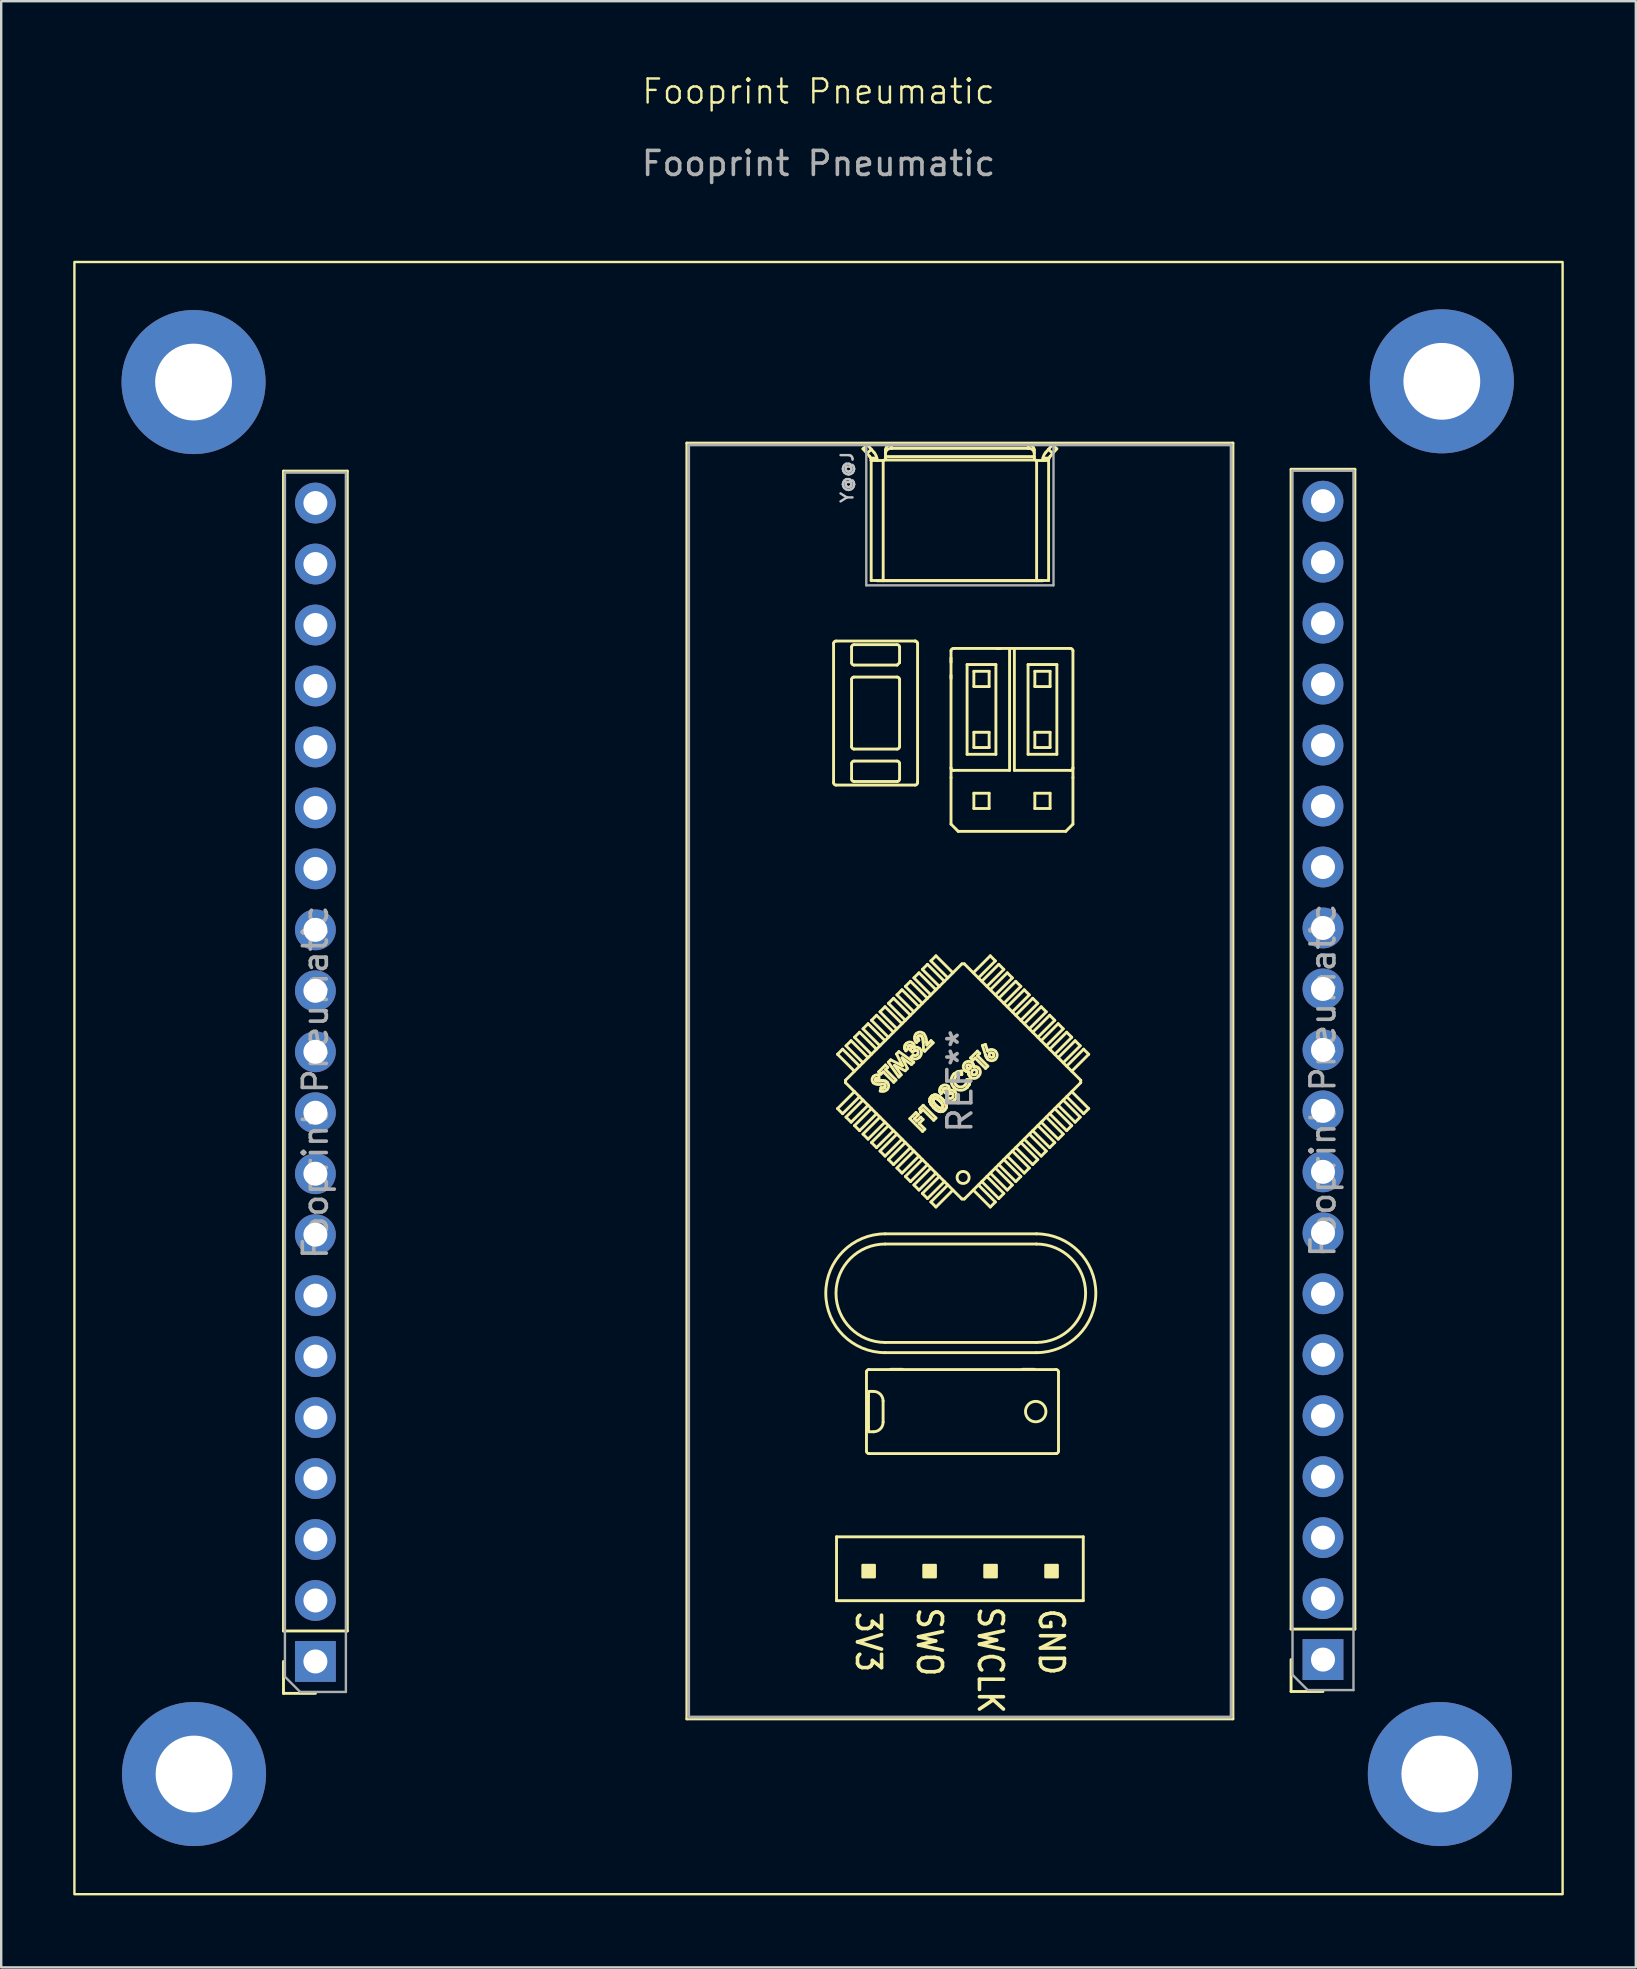
<source format=kicad_pcb>
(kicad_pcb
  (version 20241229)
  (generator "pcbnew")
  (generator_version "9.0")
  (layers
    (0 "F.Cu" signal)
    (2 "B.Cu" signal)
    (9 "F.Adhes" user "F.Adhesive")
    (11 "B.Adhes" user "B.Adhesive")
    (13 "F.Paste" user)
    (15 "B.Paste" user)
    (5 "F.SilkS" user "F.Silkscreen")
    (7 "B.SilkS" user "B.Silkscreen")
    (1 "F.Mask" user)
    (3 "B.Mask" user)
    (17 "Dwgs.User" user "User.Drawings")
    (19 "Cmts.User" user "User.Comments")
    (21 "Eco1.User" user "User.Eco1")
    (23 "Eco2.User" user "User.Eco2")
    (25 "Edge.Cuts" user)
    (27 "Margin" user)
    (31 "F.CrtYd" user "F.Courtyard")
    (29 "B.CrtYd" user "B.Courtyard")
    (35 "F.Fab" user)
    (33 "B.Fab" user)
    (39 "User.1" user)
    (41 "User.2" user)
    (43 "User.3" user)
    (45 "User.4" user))
  (footprint "Fooprint Pneumatic"
    (layer "F.Cu")
    (at 31.05 39.205)
    (property "Reference" "Fooprint Pneumatic" (at 0 -38.444 0) (unlocked yes) (layer "F.SilkS") (effects (font (size 1 1) (thickness 0.1))))
    (attr smd)
    (fp_line (start -22.29 25.693) (end -22.29 -22.627) (stroke (width 0.12) (type solid)) (layer "F.SilkS"))
    (fp_line (start -22.29 28.293) (end -22.29 26.963) (stroke (width 0.12) (type solid)) (layer "F.SilkS"))
    (fp_line (start -20.96 28.293) (end -22.29 28.293) (stroke (width 0.12) (type solid)) (layer "F.SilkS"))
    (fp_line (start -19.63 -22.627) (end -22.29 -22.627) (stroke (width 0.12) (type solid)) (layer "F.SilkS"))
    (fp_line (start -19.63 25.693) (end -22.29 25.693) (stroke (width 0.12) (type solid)) (layer "F.SilkS"))
    (fp_line (start -19.63 25.693) (end -19.63 -22.627) (stroke (width 0.12) (type solid)) (layer "F.SilkS"))
    (fp_line (start -5.485 -23.795) (end 17.265 -23.795) (stroke (width 0.12) (type solid)) (layer "F.SilkS"))
    (fp_line (start -5.485 29.355) (end -5.485 -23.795) (stroke (width 0.12) (type solid)) (layer "F.SilkS"))
    (fp_line (start 0.627 -15.448) (end 0.627 -9.648) (stroke (width 0.12) (type solid)) (layer "F.SilkS"))
    (fp_line (start 0.727 -9.548) (end 4.027 -9.548) (stroke (width 0.12) (type solid)) (layer "F.SilkS"))
    (fp_line (start 0.75 21.77) (end 0.75 24.43) (stroke (width 0.12) (type solid)) (layer "F.SilkS"))
    (fp_line (start 0.75 24.43) (end 11.03 24.43) (stroke (width 0.12) (type solid)) (layer "F.SilkS"))
    (fp_line (start 0.792 1.667) (end 1.499 2.374) (stroke (width 0.12) (type solid)) (layer "F.SilkS"))
    (fp_line (start 0.792 3.93) (end 1.499 3.223) (stroke (width 0.12) (type solid)) (layer "F.SilkS"))
    (fp_line (start 1.004 1.455) (end 0.792 1.667) (stroke (width 0.12) (type solid)) (layer "F.SilkS"))
    (fp_line (start 1.004 1.455) (end 1.711 2.162) (stroke (width 0.12) (type solid)) (layer "F.SilkS"))
    (fp_line (start 1.004 4.142) (end 0.792 3.93) (stroke (width 0.12) (type solid)) (layer "F.SilkS"))
    (fp_line (start 1.004 4.142) (end 1.711 3.435) (stroke (width 0.12) (type solid)) (layer "F.SilkS"))
    (fp_line (start 1.125 2.849) (end 1.125 2.749) (stroke (width 0.12) (type solid)) (layer "F.SilkS"))
    (fp_line (start 1.125 2.849) (end 5.974 7.698) (stroke (width 0.12) (type solid)) (layer "F.SilkS"))
    (fp_line (start 1.145 1.314) (end 1.853 2.021) (stroke (width 0.12) (type solid)) (layer "F.SilkS"))
    (fp_line (start 1.145 4.284) (end 1.853 3.576) (stroke (width 0.12) (type solid)) (layer "F.SilkS"))
    (fp_line (start 1.358 1.102) (end 1.145 1.314) (stroke (width 0.12) (type solid)) (layer "F.SilkS"))
    (fp_line (start 1.358 1.102) (end 2.065 1.809) (stroke (width 0.12) (type solid)) (layer "F.SilkS"))
    (fp_line (start 1.358 4.496) (end 1.145 4.284) (stroke (width 0.12) (type solid)) (layer "F.SilkS"))
    (fp_line (start 1.358 4.496) (end 2.065 3.789) (stroke (width 0.12) (type solid)) (layer "F.SilkS"))
    (fp_line (start 1.377 -14.648) (end 1.377 -15.298) (stroke (width 0.12) (type solid)) (layer "F.SilkS"))
    (fp_line (start 1.377 -11.148) (end 1.377 -13.948) (stroke (width 0.12) (type solid)) (layer "F.SilkS"))
    (fp_line (start 1.377 -9.798) (end 1.377 -10.448) (stroke (width 0.12) (type solid)) (layer "F.SilkS"))
    (fp_line (start 1.477 -15.398) (end 3.277 -15.398) (stroke (width 0.12) (type solid)) (layer "F.SilkS"))
    (fp_line (start 1.477 -14.048) (end 3.277 -14.048) (stroke (width 0.12) (type solid)) (layer "F.SilkS"))
    (fp_line (start 1.477 -10.548) (end 3.277 -10.548) (stroke (width 0.12) (type solid)) (layer "F.SilkS"))
    (fp_line (start 1.499 0.96) (end 2.206 1.667) (stroke (width 0.12) (type solid)) (layer "F.SilkS"))
    (fp_line (start 1.499 4.637) (end 2.206 3.93) (stroke (width 0.12) (type solid)) (layer "F.SilkS"))
    (fp_line (start 1.711 0.748) (end 1.499 0.96) (stroke (width 0.12) (type solid)) (layer "F.SilkS"))
    (fp_line (start 1.711 0.748) (end 2.418 1.455) (stroke (width 0.12) (type solid)) (layer "F.SilkS"))
    (fp_line (start 1.711 4.849) (end 1.499 4.637) (stroke (width 0.12) (type solid)) (layer "F.SilkS"))
    (fp_line (start 1.711 4.849) (end 2.418 4.142) (stroke (width 0.12) (type solid)) (layer "F.SilkS"))
    (fp_line (start 1.852 -23.557) (end 2.131 -23.241) (stroke (width 0.12) (type solid)) (layer "F.SilkS"))
    (fp_line (start 1.853 0.607) (end 2.56 1.314) (stroke (width 0.12) (type solid)) (layer "F.SilkS"))
    (fp_line (start 1.853 4.991) (end 2.56 4.284) (stroke (width 0.12) (type solid)) (layer "F.SilkS"))
    (fp_line (start 1.998 14.903) (end 1.998 18.203) (stroke (width 0.12) (type solid)) (layer "F.SilkS"))
    (fp_line (start 1.998 14.902) (end 1.998 14.903) (stroke (width 0.12) (type solid)) (layer "F.SilkS"))
    (fp_line (start 2.018 -23.37) (end 2.203 -23.532) (stroke (width 0.12) (type solid)) (layer "F.SilkS"))
    (fp_line (start 2.037 -23.72) (end 1.852 -23.557) (stroke (width 0.12) (type solid)) (layer "F.SilkS"))
    (fp_line (start 2.065 0.394) (end 1.853 0.607) (stroke (width 0.12) (type solid)) (layer "F.SilkS"))
    (fp_line (start 2.065 0.394) (end 2.772 1.102) (stroke (width 0.12) (type solid)) (layer "F.SilkS"))
    (fp_line (start 2.065 5.203) (end 1.853 4.991) (stroke (width 0.12) (type solid)) (layer "F.SilkS"))
    (fp_line (start 2.065 5.203) (end 2.772 4.496) (stroke (width 0.12) (type solid)) (layer "F.SilkS"))
    (fp_line (start 2.082 17.194) (end 2.082 15.912) (stroke (width 0.12) (type solid)) (layer "F.SilkS"))
    (fp_line (start 2.097 18.303) (end 2.098 18.303) (stroke (width 0.12) (type solid)) (layer "F.SilkS"))
    (fp_line (start 2.098 14.803) (end 2.097 14.803) (stroke (width 0.12) (type solid)) (layer "F.SilkS"))
    (fp_line (start 2.098 14.803) (end 9.898 14.803) (stroke (width 0.12) (type solid)) (layer "F.SilkS"))
    (fp_line (start 2.098 18.303) (end 9.898 18.303) (stroke (width 0.12) (type solid)) (layer "F.SilkS"))
    (fp_line (start 2.104 17.394) (end 2.291 17.394) (stroke (width 0.12) (type solid)) (layer "F.SilkS"))
    (fp_line (start 2.194 -23.078) (end 2.198 -23.07) (stroke (width 0.12) (type solid)) (layer "F.SilkS"))
    (fp_line (start 2.194 -23.076) (end 2.194 -23.078) (stroke (width 0.12) (type solid)) (layer "F.SilkS"))
    (fp_line (start 2.194 -23.076) (end 2.194 -18.07) (stroke (width 0.12) (type solid)) (layer "F.SilkS"))
    (fp_line (start 2.198 -23.07) (end 2.2 -23.07) (stroke (width 0.12) (type solid)) (layer "F.SilkS"))
    (fp_line (start 2.2 -23.07) (end 2.69 -23.07) (stroke (width 0.12) (type solid)) (layer "F.SilkS"))
    (fp_line (start 2.206 0.253) (end 2.913 0.96) (stroke (width 0.12) (type solid)) (layer "F.SilkS"))
    (fp_line (start 2.206 5.344) (end 2.913 4.637) (stroke (width 0.12) (type solid)) (layer "F.SilkS"))
    (fp_line (start 2.291 15.712) (end 2.104 15.712) (stroke (width 0.12) (type solid)) (layer "F.SilkS"))
    (fp_line (start 2.315 -23.405) (end 2.037 -23.72) (stroke (width 0.12) (type solid)) (layer "F.SilkS"))
    (fp_line (start 2.378 2.76) (end 2.396 2.772) (stroke (width 0.12) (type solid)) (layer "F.SilkS"))
    (fp_line (start 2.378 2.76) (end 2.396 2.772) (stroke (width 0.12) (type solid)) (layer "F.SilkS"))
    (fp_line (start 2.396 2.772) (end 2.412 2.777) (stroke (width 0.12) (type solid)) (layer "F.SilkS"))
    (fp_line (start 2.396 2.772) (end 2.412 2.777) (stroke (width 0.12) (type solid)) (layer "F.SilkS"))
    (fp_line (start 2.412 2.777) (end 2.491 2.777) (stroke (width 0.12) (type solid)) (layer "F.SilkS"))
    (fp_line (start 2.412 2.777) (end 2.491 2.777) (stroke (width 0.12) (type solid)) (layer "F.SilkS"))
    (fp_line (start 2.418 0.041) (end 2.206 0.253) (stroke (width 0.12) (type solid)) (layer "F.SilkS"))
    (fp_line (start 2.418 0.041) (end 3.125 0.748) (stroke (width 0.12) (type solid)) (layer "F.SilkS"))
    (fp_line (start 2.418 5.556) (end 2.206 5.344) (stroke (width 0.12) (type solid)) (layer "F.SilkS"))
    (fp_line (start 2.418 5.556) (end 3.125 4.849) (stroke (width 0.12) (type solid)) (layer "F.SilkS"))
    (fp_line (start 2.431 -23.17) (end 2.175 -23.17) (stroke (width 0.12) (type solid)) (layer "F.SilkS"))
    (fp_line (start 2.44 -23.07) (end 2.44 -23.074) (stroke (width 0.12) (type solid)) (layer "F.SilkS"))
    (fp_line (start 2.491 2.777) (end 2.552 2.773) (stroke (width 0.12) (type solid)) (layer "F.SilkS"))
    (fp_line (start 2.491 2.777) (end 2.552 2.773) (stroke (width 0.12) (type solid)) (layer "F.SilkS"))
    (fp_line (start 2.506 2.399) (end 2.792 2.113) (stroke (width 0.12) (type solid)) (layer "F.SilkS"))
    (fp_line (start 2.523 2.524) (end 2.517 2.661) (stroke (width 0.12) (type solid)) (layer "F.SilkS"))
    (fp_line (start 2.552 2.773) (end 2.625 2.768) (stroke (width 0.12) (type solid)) (layer "F.SilkS"))
    (fp_line (start 2.552 2.773) (end 2.625 2.768) (stroke (width 0.12) (type solid)) (layer "F.SilkS"))
    (fp_line (start 2.56 -0.101) (end 3.267 0.607) (stroke (width 0.12) (type solid)) (layer "F.SilkS"))
    (fp_line (start 2.56 5.698) (end 3.267 4.991) (stroke (width 0.12) (type solid)) (layer "F.SilkS"))
    (fp_line (start 2.57 3.197) (end 2.604 3.063) (stroke (width 0.12) (type solid)) (layer "F.SilkS"))
    (fp_line (start 2.601 2.494) (end 2.506 2.399) (stroke (width 0.12) (type solid)) (layer "F.SilkS"))
    (fp_line (start 2.604 3.063) (end 2.694 3.074) (stroke (width 0.12) (type solid)) (layer "F.SilkS"))
    (fp_line (start 2.604 3.063) (end 2.694 3.074) (stroke (width 0.12) (type solid)) (layer "F.SilkS"))
    (fp_line (start 2.625 2.768) (end 2.682 2.766) (stroke (width 0.12) (type solid)) (layer "F.SilkS"))
    (fp_line (start 2.625 2.768) (end 2.682 2.766) (stroke (width 0.12) (type solid)) (layer "F.SilkS"))
    (fp_line (start 2.682 2.766) (end 2.788 2.785) (stroke (width 0.12) (type solid)) (layer "F.SilkS"))
    (fp_line (start 2.682 2.766) (end 2.788 2.785) (stroke (width 0.12) (type solid)) (layer "F.SilkS"))
    (fp_line (start 2.69 -23.07) (end 2.694 -23.07) (stroke (width 0.12) (type solid)) (layer "F.SilkS"))
    (fp_line (start 2.691 16.112) (end 2.691 16.994) (stroke (width 0.12) (type solid)) (layer "F.SilkS"))
    (fp_line (start 2.694 -23.07) (end 2.694 -18.06) (stroke (width 0.12) (type solid)) (layer "F.SilkS"))
    (fp_line (start 2.694 3.074) (end 2.729 3.065) (stroke (width 0.12) (type solid)) (layer "F.SilkS"))
    (fp_line (start 2.694 3.074) (end 2.729 3.065) (stroke (width 0.12) (type solid)) (layer "F.SilkS"))
    (fp_line (start 2.697 2.399) (end 2.601 2.494) (stroke (width 0.12) (type solid)) (layer "F.SilkS"))
    (fp_line (start 2.729 3.065) (end 2.758 3.044) (stroke (width 0.12) (type solid)) (layer "F.SilkS"))
    (fp_line (start 2.729 3.065) (end 2.758 3.044) (stroke (width 0.12) (type solid)) (layer "F.SilkS"))
    (fp_line (start 2.772 -0.313) (end 2.56 -0.101) (stroke (width 0.12) (type solid)) (layer "F.SilkS"))
    (fp_line (start 2.772 -0.313) (end 3.479 0.394) (stroke (width 0.12) (type solid)) (layer "F.SilkS"))
    (fp_line (start 2.772 5.91) (end 2.56 5.698) (stroke (width 0.12) (type solid)) (layer "F.SilkS"))
    (fp_line (start 2.772 5.91) (end 3.479 5.203) (stroke (width 0.12) (type solid)) (layer "F.SilkS"))
    (fp_line (start 2.778 9.573) (end 9.078 9.573) (stroke (width 0.12) (type solid)) (layer "F.SilkS"))
    (fp_line (start 2.778 14.098) (end 9.078 14.098) (stroke (width 0.12) (type solid)) (layer "F.SilkS"))
    (fp_line (start 2.788 2.785) (end 2.858 2.833) (stroke (width 0.12) (type solid)) (layer "F.SilkS"))
    (fp_line (start 2.788 2.785) (end 2.858 2.833) (stroke (width 0.12) (type solid)) (layer "F.SilkS"))
    (fp_line (start 2.79 -23.515) (end 2.79 -23.17) (stroke (width 0.12) (type solid)) (layer "F.SilkS"))
    (fp_line (start 2.79 -23.235) (end 8.99 -23.235) (stroke (width 0.12) (type solid)) (layer "F.SilkS"))
    (fp_line (start 2.792 2.113) (end 2.887 2.209) (stroke (width 0.12) (type solid)) (layer "F.SilkS"))
    (fp_line (start 2.792 2.304) (end 3.227 2.739) (stroke (width 0.12) (type solid)) (layer "F.SilkS"))
    (fp_line (start 2.887 2.209) (end 2.792 2.304) (stroke (width 0.12) (type solid)) (layer "F.SilkS"))
    (fp_line (start 2.909 1.997) (end 3.007 1.898) (stroke (width 0.12) (type solid)) (layer "F.SilkS"))
    (fp_line (start 2.913 -0.454) (end 3.62 0.253) (stroke (width 0.12) (type solid)) (layer "F.SilkS"))
    (fp_line (start 2.913 6.051) (end 3.62 5.344) (stroke (width 0.12) (type solid)) (layer "F.SilkS"))
    (fp_line (start 3.007 1.898) (end 3.498 2.147) (stroke (width 0.12) (type solid)) (layer "F.SilkS"))
    (fp_line (start 3.04 -23.577) (end 3.04 -23.72) (stroke (width 0.12) (type solid)) (layer "F.SilkS"))
    (fp_line (start 3.125 -0.666) (end 2.913 -0.454) (stroke (width 0.12) (type solid)) (layer "F.SilkS"))
    (fp_line (start 3.125 -0.666) (end 3.832 0.041) (stroke (width 0.12) (type solid)) (layer "F.SilkS"))
    (fp_line (start 3.125 6.263) (end 2.913 6.051) (stroke (width 0.12) (type solid)) (layer "F.SilkS"))
    (fp_line (start 3.125 6.263) (end 3.832 5.556) (stroke (width 0.12) (type solid)) (layer "F.SilkS"))
    (fp_line (start 3.132 2.834) (end 2.697 2.399) (stroke (width 0.12) (type solid)) (layer "F.SilkS"))
    (fp_line (start 3.167 2.129) (end 3.446 2.52) (stroke (width 0.12) (type solid)) (layer "F.SilkS"))
    (fp_line (start 3.227 2.739) (end 3.132 2.834) (stroke (width 0.12) (type solid)) (layer "F.SilkS"))
    (fp_line (start 3.25 1.655) (end 3.348 1.557) (stroke (width 0.12) (type solid)) (layer "F.SilkS"))
    (fp_line (start 3.267 -0.808) (end 3.974 -0.101) (stroke (width 0.12) (type solid)) (layer "F.SilkS"))
    (fp_line (start 3.267 6.405) (end 3.974 5.698) (stroke (width 0.12) (type solid)) (layer "F.SilkS"))
    (fp_line (start 3.277 -14.548) (end 1.477 -14.548) (stroke (width 0.12) (type solid)) (layer "F.SilkS"))
    (fp_line (start 3.277 -11.048) (end 1.477 -11.048) (stroke (width 0.12) (type solid)) (layer "F.SilkS"))
    (fp_line (start 3.277 -9.698) (end 1.477 -9.698) (stroke (width 0.12) (type solid)) (layer "F.SilkS"))
    (fp_line (start 3.348 1.557) (end 3.968 1.998) (stroke (width 0.12) (type solid)) (layer "F.SilkS"))
    (fp_line (start 3.349 2.617) (end 2.909 1.997) (stroke (width 0.12) (type solid)) (layer "F.SilkS"))
    (fp_line (start 3.377 -15.298) (end 3.377 -14.648) (stroke (width 0.12) (type solid)) (layer "F.SilkS"))
    (fp_line (start 3.377 -14.648) (end 3.277 -14.548) (stroke (width 0.12) (type solid)) (layer "F.SilkS"))
    (fp_line (start 3.377 -13.948) (end 3.377 -11.148) (stroke (width 0.12) (type solid)) (layer "F.SilkS"))
    (fp_line (start 3.377 -10.448) (end 3.377 -9.798) (stroke (width 0.12) (type solid)) (layer "F.SilkS"))
    (fp_line (start 3.446 2.52) (end 3.349 2.617) (stroke (width 0.12) (type solid)) (layer "F.SilkS"))
    (fp_line (start 3.479 -1.02) (end 3.267 -0.808) (stroke (width 0.12) (type solid)) (layer "F.SilkS"))
    (fp_line (start 3.479 -1.02) (end 4.186 -0.313) (stroke (width 0.12) (type solid)) (layer "F.SilkS"))
    (fp_line (start 3.479 6.617) (end 3.267 6.405) (stroke (width 0.12) (type solid)) (layer "F.SilkS"))
    (fp_line (start 3.479 6.617) (end 4.186 5.91) (stroke (width 0.12) (type solid)) (layer "F.SilkS"))
    (fp_line (start 3.48 1.816) (end 3.705 2.261) (stroke (width 0.12) (type solid)) (layer "F.SilkS"))
    (fp_line (start 3.498 14.793) (end 2.998 14.793) (stroke (width 0.12) (type solid)) (layer "F.SilkS"))
    (fp_line (start 3.498 2.147) (end 3.25 1.655) (stroke (width 0.12) (type solid)) (layer "F.SilkS"))
    (fp_line (start 3.589 1.388) (end 3.609 1.287) (stroke (width 0.12) (type solid)) (layer "F.SilkS"))
    (fp_line (start 3.589 1.388) (end 3.609 1.287) (stroke (width 0.12) (type solid)) (layer "F.SilkS"))
    (fp_line (start 3.601 1.451) (end 3.589 1.388) (stroke (width 0.12) (type solid)) (layer "F.SilkS"))
    (fp_line (start 3.601 1.451) (end 3.589 1.388) (stroke (width 0.12) (type solid)) (layer "F.SilkS"))
    (fp_line (start 3.609 1.287) (end 3.657 1.221) (stroke (width 0.12) (type solid)) (layer "F.SilkS"))
    (fp_line (start 3.609 1.287) (end 3.657 1.221) (stroke (width 0.12) (type solid)) (layer "F.SilkS"))
    (fp_line (start 3.612 2.354) (end 3.167 2.129) (stroke (width 0.12) (type solid)) (layer "F.SilkS"))
    (fp_line (start 3.62 -1.161) (end 4.327 -0.454) (stroke (width 0.12) (type solid)) (layer "F.SilkS"))
    (fp_line (start 3.62 6.758) (end 4.327 6.051) (stroke (width 0.12) (type solid)) (layer "F.SilkS"))
    (fp_line (start 3.642 1.522) (end 3.601 1.451) (stroke (width 0.12) (type solid)) (layer "F.SilkS"))
    (fp_line (start 3.642 1.522) (end 3.601 1.451) (stroke (width 0.12) (type solid)) (layer "F.SilkS"))
    (fp_line (start 3.705 2.261) (end 3.612 2.354) (stroke (width 0.12) (type solid)) (layer "F.SilkS"))
    (fp_line (start 3.737 1.427) (end 3.642 1.522) (stroke (width 0.12) (type solid)) (layer "F.SilkS"))
    (fp_line (start 3.805 4.35) (end 4.063 4.092) (stroke (width 0.12) (type solid)) (layer "F.SilkS"))
    (fp_line (start 3.818 1.481) (end 3.87 1.402) (stroke (width 0.12) (type solid)) (layer "F.SilkS"))
    (fp_line (start 3.818 1.481) (end 3.87 1.402) (stroke (width 0.12) (type solid)) (layer "F.SilkS"))
    (fp_line (start 3.832 -1.373) (end 3.62 -1.161) (stroke (width 0.12) (type solid)) (layer "F.SilkS"))
    (fp_line (start 3.832 -1.373) (end 4.54 -0.666) (stroke (width 0.12) (type solid)) (layer "F.SilkS"))
    (fp_line (start 3.832 6.971) (end 3.62 6.758) (stroke (width 0.12) (type solid)) (layer "F.SilkS"))
    (fp_line (start 3.832 6.971) (end 4.54 6.263) (stroke (width 0.12) (type solid)) (layer "F.SilkS"))
    (fp_line (start 3.852 1.787) (end 3.948 1.692) (stroke (width 0.12) (type solid)) (layer "F.SilkS"))
    (fp_line (start 3.868 1.333) (end 3.855 1.314) (stroke (width 0.12) (type solid)) (layer "F.SilkS"))
    (fp_line (start 3.868 1.333) (end 3.855 1.314) (stroke (width 0.12) (type solid)) (layer "F.SilkS"))
    (fp_line (start 3.87 1.402) (end 3.875 1.356) (stroke (width 0.12) (type solid)) (layer "F.SilkS"))
    (fp_line (start 3.87 1.402) (end 3.875 1.356) (stroke (width 0.12) (type solid)) (layer "F.SilkS"))
    (fp_line (start 3.872 2.094) (end 3.48 1.816) (stroke (width 0.12) (type solid)) (layer "F.SilkS"))
    (fp_line (start 3.875 1.356) (end 3.868 1.333) (stroke (width 0.12) (type solid)) (layer "F.SilkS"))
    (fp_line (start 3.875 1.356) (end 3.868 1.333) (stroke (width 0.12) (type solid)) (layer "F.SilkS"))
    (fp_line (start 3.907 1.57) (end 3.818 1.481) (stroke (width 0.12) (type solid)) (layer "F.SilkS"))
    (fp_line (start 3.968 1.998) (end 3.872 2.094) (stroke (width 0.12) (type solid)) (layer "F.SilkS"))
    (fp_line (start 3.974 -1.515) (end 4.681 -0.808) (stroke (width 0.12) (type solid)) (layer "F.SilkS"))
    (fp_line (start 3.974 7.112) (end 4.681 6.405) (stroke (width 0.12) (type solid)) (layer "F.SilkS"))
    (fp_line (start 3.995 4.35) (end 4.097 4.452) (stroke (width 0.12) (type solid)) (layer "F.SilkS"))
    (fp_line (start 4.008 1.504) (end 3.907 1.57) (stroke (width 0.12) (type solid)) (layer "F.SilkS"))
    (fp_line (start 4.008 1.504) (end 3.907 1.57) (stroke (width 0.12) (type solid)) (layer "F.SilkS"))
    (fp_line (start 4.027 -15.548) (end 0.727 -15.548) (stroke (width 0.12) (type solid)) (layer "F.SilkS"))
    (fp_line (start 4.032 -15.548) (end 4.027 -15.548) (stroke (width 0.12) (type solid)) (layer "F.SilkS"))
    (fp_line (start 4.063 4.092) (end 4.158 4.187) (stroke (width 0.12) (type solid)) (layer "F.SilkS"))
    (fp_line (start 4.068 1.499) (end 4.008 1.504) (stroke (width 0.12) (type solid)) (layer "F.SilkS"))
    (fp_line (start 4.068 1.499) (end 4.008 1.504) (stroke (width 0.12) (type solid)) (layer "F.SilkS"))
    (fp_line (start 4.097 4.452) (end 4.26 4.289) (stroke (width 0.12) (type solid)) (layer "F.SilkS"))
    (fp_line (start 4.097 1.508) (end 4.068 1.499) (stroke (width 0.12) (type solid)) (layer "F.SilkS"))
    (fp_line (start 4.097 1.508) (end 4.068 1.499) (stroke (width 0.12) (type solid)) (layer "F.SilkS"))
    (fp_line (start 4.122 1.526) (end 4.097 1.508) (stroke (width 0.12) (type solid)) (layer "F.SilkS"))
    (fp_line (start 4.122 1.526) (end 4.097 1.508) (stroke (width 0.12) (type solid)) (layer "F.SilkS"))
    (fp_line (start 4.127 -9.648) (end 4.127 -15.448) (stroke (width 0.12) (type solid)) (layer "F.SilkS"))
    (fp_line (start 4.132 0.957) (end 4.135 1.01) (stroke (width 0.12) (type solid)) (layer "F.SilkS"))
    (fp_line (start 4.132 0.957) (end 4.135 1.01) (stroke (width 0.12) (type solid)) (layer "F.SilkS"))
    (fp_line (start 4.135 1.01) (end 4.179 1.08) (stroke (width 0.12) (type solid)) (layer "F.SilkS"))
    (fp_line (start 4.135 1.01) (end 4.179 1.08) (stroke (width 0.12) (type solid)) (layer "F.SilkS"))
    (fp_line (start 4.157 0.911) (end 4.132 0.957) (stroke (width 0.12) (type solid)) (layer "F.SilkS"))
    (fp_line (start 4.157 0.911) (end 4.132 0.957) (stroke (width 0.12) (type solid)) (layer "F.SilkS"))
    (fp_line (start 4.158 4.187) (end 3.995 4.35) (stroke (width 0.12) (type solid)) (layer "F.SilkS"))
    (fp_line (start 4.179 1.08) (end 4.084 1.175) (stroke (width 0.12) (type solid)) (layer "F.SilkS"))
    (fp_line (start 4.186 -1.727) (end 3.974 -1.515) (stroke (width 0.12) (type solid)) (layer "F.SilkS"))
    (fp_line (start 4.186 -1.727) (end 4.893 -1.02) (stroke (width 0.12) (type solid)) (layer "F.SilkS"))
    (fp_line (start 4.186 7.324) (end 3.974 7.112) (stroke (width 0.12) (type solid)) (layer "F.SilkS"))
    (fp_line (start 4.186 7.324) (end 4.893 6.617) (stroke (width 0.12) (type solid)) (layer "F.SilkS"))
    (fp_line (start 4.192 4.548) (end 4.43 4.786) (stroke (width 0.12) (type solid)) (layer "F.SilkS"))
    (fp_line (start 4.215 3.94) (end 4.362 3.793) (stroke (width 0.12) (type solid)) (layer "F.SilkS"))
    (fp_line (start 4.247 4.085) (end 4.215 3.94) (stroke (width 0.12) (type solid)) (layer "F.SilkS"))
    (fp_line (start 4.26 4.289) (end 4.356 4.384) (stroke (width 0.12) (type solid)) (layer "F.SilkS"))
    (fp_line (start 4.327 -1.868) (end 5.034 -1.161) (stroke (width 0.12) (type solid)) (layer "F.SilkS"))
    (fp_line (start 4.327 7.465) (end 5.034 6.758) (stroke (width 0.12) (type solid)) (layer "F.SilkS"))
    (fp_line (start 4.335 4.881) (end 3.805 4.35) (stroke (width 0.12) (type solid)) (layer "F.SilkS"))
    (fp_line (start 4.35 1.018) (end 4.297 0.913) (stroke (width 0.12) (type solid)) (layer "F.SilkS"))
    (fp_line (start 4.35 1.018) (end 4.297 0.913) (stroke (width 0.12) (type solid)) (layer "F.SilkS"))
    (fp_line (start 4.356 3.976) (end 4.247 4.085) (stroke (width 0.12) (type solid)) (layer "F.SilkS"))
    (fp_line (start 4.356 4.384) (end 4.192 4.548) (stroke (width 0.12) (type solid)) (layer "F.SilkS"))
    (fp_line (start 4.362 3.793) (end 4.893 4.323) (stroke (width 0.12) (type solid)) (layer "F.SilkS"))
    (fp_line (start 4.365 1.17) (end 4.35 1.018) (stroke (width 0.12) (type solid)) (layer "F.SilkS"))
    (fp_line (start 4.365 1.17) (end 4.35 1.018) (stroke (width 0.12) (type solid)) (layer "F.SilkS"))
    (fp_line (start 4.375 1.494) (end 4.365 1.17) (stroke (width 0.12) (type solid)) (layer "F.SilkS"))
    (fp_line (start 4.424 1.542) (end 4.375 1.494) (stroke (width 0.12) (type solid)) (layer "F.SilkS"))
    (fp_line (start 4.43 4.786) (end 4.335 4.881) (stroke (width 0.12) (type solid)) (layer "F.SilkS"))
    (fp_line (start 4.502 1.16) (end 4.51 1.279) (stroke (width 0.12) (type solid)) (layer "F.SilkS"))
    (fp_line (start 4.51 1.279) (end 4.689 1.1) (stroke (width 0.12) (type solid)) (layer "F.SilkS"))
    (fp_line (start 4.54 -2.08) (end 4.327 -1.868) (stroke (width 0.12) (type solid)) (layer "F.SilkS"))
    (fp_line (start 4.54 -2.08) (end 5.247 -1.373) (stroke (width 0.12) (type solid)) (layer "F.SilkS"))
    (fp_line (start 4.54 7.678) (end 4.327 7.465) (stroke (width 0.12) (type solid)) (layer "F.SilkS"))
    (fp_line (start 4.54 7.678) (end 5.247 6.971) (stroke (width 0.12) (type solid)) (layer "F.SilkS"))
    (fp_line (start 4.634 3.638) (end 4.643 3.513) (stroke (width 0.12) (type solid)) (layer "F.SilkS"))
    (fp_line (start 4.634 3.638) (end 4.643 3.513) (stroke (width 0.12) (type solid)) (layer "F.SilkS"))
    (fp_line (start 4.643 3.513) (end 4.697 3.431) (stroke (width 0.12) (type solid)) (layer "F.SilkS"))
    (fp_line (start 4.643 3.513) (end 4.697 3.431) (stroke (width 0.12) (type solid)) (layer "F.SilkS"))
    (fp_line (start 4.681 -2.222) (end 5.388 -1.515) (stroke (width 0.12) (type solid)) (layer "F.SilkS"))
    (fp_line (start 4.681 7.819) (end 5.388 7.112) (stroke (width 0.12) (type solid)) (layer "F.SilkS"))
    (fp_line (start 4.689 1.1) (end 4.777 1.189) (stroke (width 0.12) (type solid)) (layer "F.SilkS"))
    (fp_line (start 4.691 3.761) (end 4.634 3.638) (stroke (width 0.12) (type solid)) (layer "F.SilkS"))
    (fp_line (start 4.691 3.761) (end 4.634 3.638) (stroke (width 0.12) (type solid)) (layer "F.SilkS"))
    (fp_line (start 4.697 3.431) (end 4.75 3.39) (stroke (width 0.12) (type solid)) (layer "F.SilkS"))
    (fp_line (start 4.697 3.431) (end 4.75 3.39) (stroke (width 0.12) (type solid)) (layer "F.SilkS"))
    (fp_line (start 4.75 3.39) (end 4.811 3.365) (stroke (width 0.12) (type solid)) (layer "F.SilkS"))
    (fp_line (start 4.75 3.39) (end 4.811 3.365) (stroke (width 0.12) (type solid)) (layer "F.SilkS"))
    (fp_line (start 4.766 3.598) (end 4.794 3.674) (stroke (width 0.12) (type solid)) (layer "F.SilkS"))
    (fp_line (start 4.766 3.598) (end 4.794 3.674) (stroke (width 0.12) (type solid)) (layer "F.SilkS"))
    (fp_line (start 4.773 3.558) (end 4.766 3.598) (stroke (width 0.12) (type solid)) (layer "F.SilkS"))
    (fp_line (start 4.773 3.558) (end 4.766 3.598) (stroke (width 0.12) (type solid)) (layer "F.SilkS"))
    (fp_line (start 4.777 1.189) (end 4.424 1.542) (stroke (width 0.12) (type solid)) (layer "F.SilkS"))
    (fp_line (start 4.794 3.674) (end 4.899 3.799) (stroke (width 0.12) (type solid)) (layer "F.SilkS"))
    (fp_line (start 4.794 3.674) (end 4.899 3.799) (stroke (width 0.12) (type solid)) (layer "F.SilkS"))
    (fp_line (start 4.795 3.524) (end 4.773 3.558) (stroke (width 0.12) (type solid)) (layer "F.SilkS"))
    (fp_line (start 4.795 3.524) (end 4.773 3.558) (stroke (width 0.12) (type solid)) (layer "F.SilkS"))
    (fp_line (start 4.798 4.418) (end 4.356 3.976) (stroke (width 0.12) (type solid)) (layer "F.SilkS"))
    (fp_line (start 4.803 3.893) (end 4.691 3.761) (stroke (width 0.12) (type solid)) (layer "F.SilkS"))
    (fp_line (start 4.803 3.893) (end 4.691 3.761) (stroke (width 0.12) (type solid)) (layer "F.SilkS"))
    (fp_line (start 4.811 3.365) (end 4.878 3.36) (stroke (width 0.12) (type solid)) (layer "F.SilkS"))
    (fp_line (start 4.811 3.365) (end 4.878 3.36) (stroke (width 0.12) (type solid)) (layer "F.SilkS"))
    (fp_line (start 4.828 3.502) (end 4.795 3.524) (stroke (width 0.12) (type solid)) (layer "F.SilkS"))
    (fp_line (start 4.828 3.502) (end 4.795 3.524) (stroke (width 0.12) (type solid)) (layer "F.SilkS"))
    (fp_line (start 4.867 3.498) (end 4.828 3.502) (stroke (width 0.12) (type solid)) (layer "F.SilkS"))
    (fp_line (start 4.867 3.498) (end 4.828 3.502) (stroke (width 0.12) (type solid)) (layer "F.SilkS"))
    (fp_line (start 4.878 3.36) (end 4.943 3.375) (stroke (width 0.12) (type solid)) (layer "F.SilkS"))
    (fp_line (start 4.878 3.36) (end 4.943 3.375) (stroke (width 0.12) (type solid)) (layer "F.SilkS"))
    (fp_line (start 4.893 4.323) (end 4.798 4.418) (stroke (width 0.12) (type solid)) (layer "F.SilkS"))
    (fp_line (start 4.893 -2.434) (end 4.681 -2.222) (stroke (width 0.12) (type solid)) (layer "F.SilkS"))
    (fp_line (start 4.893 -2.434) (end 5.6 -1.727) (stroke (width 0.12) (type solid)) (layer "F.SilkS"))
    (fp_line (start 4.893 8.031) (end 4.681 7.819) (stroke (width 0.12) (type solid)) (layer "F.SilkS"))
    (fp_line (start 4.893 8.031) (end 5.6 7.324) (stroke (width 0.12) (type solid)) (layer "F.SilkS"))
    (fp_line (start 4.899 3.799) (end 5.019 3.896) (stroke (width 0.12) (type solid)) (layer "F.SilkS"))
    (fp_line (start 4.899 3.799) (end 5.019 3.896) (stroke (width 0.12) (type solid)) (layer "F.SilkS"))
    (fp_line (start 4.901 3.981) (end 4.803 3.893) (stroke (width 0.12) (type solid)) (layer "F.SilkS"))
    (fp_line (start 4.901 3.981) (end 4.803 3.893) (stroke (width 0.12) (type solid)) (layer "F.SilkS"))
    (fp_line (start 4.941 3.523) (end 4.867 3.498) (stroke (width 0.12) (type solid)) (layer "F.SilkS"))
    (fp_line (start 4.941 3.523) (end 4.867 3.498) (stroke (width 0.12) (type solid)) (layer "F.SilkS"))
    (fp_line (start 4.943 3.375) (end 5.058 3.439) (stroke (width 0.12) (type solid)) (layer "F.SilkS"))
    (fp_line (start 4.943 3.375) (end 5.058 3.439) (stroke (width 0.12) (type solid)) (layer "F.SilkS"))
    (fp_line (start 5.016 4.044) (end 4.901 3.981) (stroke (width 0.12) (type solid)) (layer "F.SilkS"))
    (fp_line (start 5.016 4.044) (end 4.901 3.981) (stroke (width 0.12) (type solid)) (layer "F.SilkS"))
    (fp_line (start 5.019 3.896) (end 5.092 3.918) (stroke (width 0.12) (type solid)) (layer "F.SilkS"))
    (fp_line (start 5.019 3.896) (end 5.092 3.918) (stroke (width 0.12) (type solid)) (layer "F.SilkS"))
    (fp_line (start 5.051 3.176) (end 5.071 3.075) (stroke (width 0.12) (type solid)) (layer "F.SilkS"))
    (fp_line (start 5.051 3.176) (end 5.071 3.075) (stroke (width 0.12) (type solid)) (layer "F.SilkS"))
    (fp_line (start 5.058 3.439) (end 5.158 3.528) (stroke (width 0.12) (type solid)) (layer "F.SilkS"))
    (fp_line (start 5.058 3.439) (end 5.158 3.528) (stroke (width 0.12) (type solid)) (layer "F.SilkS"))
    (fp_line (start 5.063 3.623) (end 4.941 3.523) (stroke (width 0.12) (type solid)) (layer "F.SilkS"))
    (fp_line (start 5.063 3.623) (end 4.941 3.523) (stroke (width 0.12) (type solid)) (layer "F.SilkS"))
    (fp_line (start 5.063 3.239) (end 5.051 3.176) (stroke (width 0.12) (type solid)) (layer "F.SilkS"))
    (fp_line (start 5.063 3.239) (end 5.051 3.176) (stroke (width 0.12) (type solid)) (layer "F.SilkS"))
    (fp_line (start 5.071 3.075) (end 5.119 3.009) (stroke (width 0.12) (type solid)) (layer "F.SilkS"))
    (fp_line (start 5.071 3.075) (end 5.119 3.009) (stroke (width 0.12) (type solid)) (layer "F.SilkS"))
    (fp_line (start 5.081 4.057) (end 5.016 4.044) (stroke (width 0.12) (type solid)) (layer "F.SilkS"))
    (fp_line (start 5.081 4.057) (end 5.016 4.044) (stroke (width 0.12) (type solid)) (layer "F.SilkS"))
    (fp_line (start 5.092 3.918) (end 5.13 3.912) (stroke (width 0.12) (type solid)) (layer "F.SilkS"))
    (fp_line (start 5.092 3.918) (end 5.13 3.912) (stroke (width 0.12) (type solid)) (layer "F.SilkS"))
    (fp_line (start 5.104 3.31) (end 5.063 3.239) (stroke (width 0.12) (type solid)) (layer "F.SilkS"))
    (fp_line (start 5.104 3.31) (end 5.063 3.239) (stroke (width 0.12) (type solid)) (layer "F.SilkS"))
    (fp_line (start 5.126 3.693) (end 5.063 3.623) (stroke (width 0.12) (type solid)) (layer "F.SilkS"))
    (fp_line (start 5.126 3.693) (end 5.063 3.623) (stroke (width 0.12) (type solid)) (layer "F.SilkS"))
    (fp_line (start 5.13 3.912) (end 5.162 3.891) (stroke (width 0.12) (type solid)) (layer "F.SilkS"))
    (fp_line (start 5.13 3.912) (end 5.162 3.891) (stroke (width 0.12) (type solid)) (layer "F.SilkS"))
    (fp_line (start 5.146 4.052) (end 5.081 4.057) (stroke (width 0.12) (type solid)) (layer "F.SilkS"))
    (fp_line (start 5.146 4.052) (end 5.081 4.057) (stroke (width 0.12) (type solid)) (layer "F.SilkS"))
    (fp_line (start 5.158 3.528) (end 5.246 3.627) (stroke (width 0.12) (type solid)) (layer "F.SilkS"))
    (fp_line (start 5.158 3.528) (end 5.246 3.627) (stroke (width 0.12) (type solid)) (layer "F.SilkS"))
    (fp_line (start 5.184 3.796) (end 5.126 3.693) (stroke (width 0.12) (type solid)) (layer "F.SilkS"))
    (fp_line (start 5.184 3.796) (end 5.126 3.693) (stroke (width 0.12) (type solid)) (layer "F.SilkS"))
    (fp_line (start 5.199 3.215) (end 5.104 3.31) (stroke (width 0.12) (type solid)) (layer "F.SilkS"))
    (fp_line (start 5.206 4.027) (end 5.146 4.052) (stroke (width 0.12) (type solid)) (layer "F.SilkS"))
    (fp_line (start 5.206 4.027) (end 5.146 4.052) (stroke (width 0.12) (type solid)) (layer "F.SilkS"))
    (fp_line (start 5.246 3.627) (end 5.311 3.742) (stroke (width 0.12) (type solid)) (layer "F.SilkS"))
    (fp_line (start 5.246 3.627) (end 5.311 3.742) (stroke (width 0.12) (type solid)) (layer "F.SilkS"))
    (fp_line (start 5.258 3.985) (end 5.206 4.027) (stroke (width 0.12) (type solid)) (layer "F.SilkS"))
    (fp_line (start 5.258 3.985) (end 5.206 4.027) (stroke (width 0.12) (type solid)) (layer "F.SilkS"))
    (fp_line (start 5.28 3.269) (end 5.332 3.19) (stroke (width 0.12) (type solid)) (layer "F.SilkS"))
    (fp_line (start 5.28 3.269) (end 5.332 3.19) (stroke (width 0.12) (type solid)) (layer "F.SilkS"))
    (fp_line (start 5.299 3.934) (end 5.258 3.985) (stroke (width 0.12) (type solid)) (layer "F.SilkS"))
    (fp_line (start 5.299 3.934) (end 5.258 3.985) (stroke (width 0.12) (type solid)) (layer "F.SilkS"))
    (fp_line (start 5.311 3.742) (end 5.327 3.807) (stroke (width 0.12) (type solid)) (layer "F.SilkS"))
    (fp_line (start 5.311 3.742) (end 5.327 3.807) (stroke (width 0.12) (type solid)) (layer "F.SilkS"))
    (fp_line (start 5.314 3.575) (end 5.409 3.48) (stroke (width 0.12) (type solid)) (layer "F.SilkS"))
    (fp_line (start 5.324 3.873) (end 5.299 3.934) (stroke (width 0.12) (type solid)) (layer "F.SilkS"))
    (fp_line (start 5.324 3.873) (end 5.299 3.934) (stroke (width 0.12) (type solid)) (layer "F.SilkS"))
    (fp_line (start 5.327 3.807) (end 5.324 3.873) (stroke (width 0.12) (type solid)) (layer "F.SilkS"))
    (fp_line (start 5.327 3.807) (end 5.324 3.873) (stroke (width 0.12) (type solid)) (layer "F.SilkS"))
    (fp_line (start 5.33 3.121) (end 5.317 3.102) (stroke (width 0.12) (type solid)) (layer "F.SilkS"))
    (fp_line (start 5.33 3.121) (end 5.317 3.102) (stroke (width 0.12) (type solid)) (layer "F.SilkS"))
    (fp_line (start 5.332 3.19) (end 5.337 3.144) (stroke (width 0.12) (type solid)) (layer "F.SilkS"))
    (fp_line (start 5.332 3.19) (end 5.337 3.144) (stroke (width 0.12) (type solid)) (layer "F.SilkS"))
    (fp_line (start 5.337 3.144) (end 5.33 3.121) (stroke (width 0.12) (type solid)) (layer "F.SilkS"))
    (fp_line (start 5.337 3.144) (end 5.33 3.121) (stroke (width 0.12) (type solid)) (layer "F.SilkS"))
    (fp_line (start 5.369 3.358) (end 5.28 3.269) (stroke (width 0.12) (type solid)) (layer "F.SilkS"))
    (fp_line (start 5.47 3.292) (end 5.369 3.358) (stroke (width 0.12) (type solid)) (layer "F.SilkS"))
    (fp_line (start 5.47 3.292) (end 5.369 3.358) (stroke (width 0.12) (type solid)) (layer "F.SilkS"))
    (fp_line (start 5.519 -14.848) (end 5.519 -14.659) (stroke (width 0.12) (type solid)) (layer "F.SilkS"))
    (fp_line (start 5.519 -14.119) (end 5.519 -14.085) (stroke (width 0.12) (type solid)) (layer "F.SilkS"))
    (fp_line (start 5.519 -14.035) (end 5.519 -13.991) (stroke (width 0.12) (type solid)) (layer "F.SilkS"))
    (fp_line (start 5.52 -10.26) (end 5.52 -15.14) (stroke (width 0.12) (type solid)) (layer "F.SilkS"))
    (fp_line (start 5.52 -10.26) (end 5.52 -9.86) (stroke (width 0.12) (type solid)) (layer "F.SilkS"))
    (fp_line (start 5.52 -9.86) (end 5.52 -7.92) (stroke (width 0.12) (type solid)) (layer "F.SilkS"))
    (fp_line (start 5.52 -7.92) (end 5.82 -7.62) (stroke (width 0.12) (type solid)) (layer "F.SilkS"))
    (fp_line (start 5.53 3.287) (end 5.47 3.292) (stroke (width 0.12) (type solid)) (layer "F.SilkS"))
    (fp_line (start 5.53 3.287) (end 5.47 3.292) (stroke (width 0.12) (type solid)) (layer "F.SilkS"))
    (fp_line (start 5.559 3.296) (end 5.53 3.287) (stroke (width 0.12) (type solid)) (layer "F.SilkS"))
    (fp_line (start 5.559 3.296) (end 5.53 3.287) (stroke (width 0.12) (type solid)) (layer "F.SilkS"))
    (fp_line (start 5.584 3.314) (end 5.559 3.296) (stroke (width 0.12) (type solid)) (layer "F.SilkS"))
    (fp_line (start 5.584 3.314) (end 5.559 3.296) (stroke (width 0.12) (type solid)) (layer "F.SilkS"))
    (fp_line (start 5.62 -15.24) (end 10.5 -15.24) (stroke (width 0.12) (type solid)) (layer "F.SilkS"))
    (fp_line (start 5.639 2.489) (end 5.812 2.386) (stroke (width 0.12) (type solid)) (layer "F.SilkS"))
    (fp_line (start 5.639 2.489) (end 5.812 2.386) (stroke (width 0.12) (type solid)) (layer "F.SilkS"))
    (fp_line (start 5.812 2.386) (end 5.971 2.369) (stroke (width 0.12) (type solid)) (layer "F.SilkS"))
    (fp_line (start 5.812 2.386) (end 5.971 2.369) (stroke (width 0.12) (type solid)) (layer "F.SilkS"))
    (fp_line (start 5.82 -7.62) (end 10.3 -7.62) (stroke (width 0.12) (type solid)) (layer "F.SilkS"))
    (fp_line (start 5.825 2.526) (end 5.73 2.588) (stroke (width 0.12) (type solid)) (layer "F.SilkS"))
    (fp_line (start 5.825 2.526) (end 5.73 2.588) (stroke (width 0.12) (type solid)) (layer "F.SilkS"))
    (fp_line (start 5.968 2.505) (end 5.825 2.526) (stroke (width 0.12) (type solid)) (layer "F.SilkS"))
    (fp_line (start 5.968 2.505) (end 5.825 2.526) (stroke (width 0.12) (type solid)) (layer "F.SilkS"))
    (fp_line (start 5.971 2.369) (end 5.968 2.505) (stroke (width 0.12) (type solid)) (layer "F.SilkS"))
    (fp_line (start 5.974 -2.101) (end 1.125 2.749) (stroke (width 0.12) (type solid)) (layer "F.SilkS"))
    (fp_line (start 5.974 7.698) (end 6.074 7.698) (stroke (width 0.12) (type solid)) (layer "F.SilkS"))
    (fp_line (start 6.074 -2.101) (end 5.974 -2.101) (stroke (width 0.12) (type solid)) (layer "F.SilkS"))
    (fp_line (start 6.156 2.373) (end 6.095 2.33) (stroke (width 0.12) (type solid)) (layer "F.SilkS"))
    (fp_line (start 6.156 2.373) (end 6.095 2.33) (stroke (width 0.12) (type solid)) (layer "F.SilkS"))
    (fp_line (start 6.18 2.718) (end 6.319 2.721) (stroke (width 0.12) (type solid)) (layer "F.SilkS"))
    (fp_line (start 6.19 -14.57) (end 7.39 -14.57) (stroke (width 0.12) (type solid)) (layer "F.SilkS"))
    (fp_line (start 6.19 -10.83) (end 6.19 -14.57) (stroke (width 0.12) (type solid)) (layer "F.SilkS"))
    (fp_line (start 6.249 2.396) (end 6.156 2.373) (stroke (width 0.12) (type solid)) (layer "F.SilkS"))
    (fp_line (start 6.249 2.396) (end 6.156 2.373) (stroke (width 0.12) (type solid)) (layer "F.SilkS"))
    (fp_line (start 6.253 2.495) (end 6.249 2.396) (stroke (width 0.12) (type solid)) (layer "F.SilkS"))
    (fp_line (start 6.253 2.495) (end 6.249 2.396) (stroke (width 0.12) (type solid)) (layer "F.SilkS"))
    (fp_line (start 6.285 2.919) (end 6.195 3.048) (stroke (width 0.12) (type solid)) (layer "F.SilkS"))
    (fp_line (start 6.285 2.919) (end 6.195 3.048) (stroke (width 0.12) (type solid)) (layer "F.SilkS"))
    (fp_line (start 6.315 2.604) (end 6.253 2.495) (stroke (width 0.12) (type solid)) (layer "F.SilkS"))
    (fp_line (start 6.315 2.604) (end 6.253 2.495) (stroke (width 0.12) (type solid)) (layer "F.SilkS"))
    (fp_line (start 6.319 2.721) (end 6.285 2.919) (stroke (width 0.12) (type solid)) (layer "F.SilkS"))
    (fp_line (start 6.319 2.721) (end 6.285 2.919) (stroke (width 0.12) (type solid)) (layer "F.SilkS"))
    (fp_line (start 6.334 1.821) (end 6.62 1.536) (stroke (width 0.12) (type solid)) (layer "F.SilkS"))
    (fp_line (start 6.403 2.026) (end 6.452 2.106) (stroke (width 0.12) (type solid)) (layer "F.SilkS"))
    (fp_line (start 6.403 2.026) (end 6.452 2.106) (stroke (width 0.12) (type solid)) (layer "F.SilkS"))
    (fp_line (start 6.429 1.916) (end 6.334 1.821) (stroke (width 0.12) (type solid)) (layer "F.SilkS"))
    (fp_line (start 6.452 2.106) (end 6.465 2.179) (stroke (width 0.12) (type solid)) (layer "F.SilkS"))
    (fp_line (start 6.452 2.106) (end 6.465 2.179) (stroke (width 0.12) (type solid)) (layer "F.SilkS"))
    (fp_line (start 6.472 -14.288) (end 7.108 -14.288) (stroke (width 0.12) (type solid)) (layer "F.SilkS"))
    (fp_line (start 6.472 -13.652) (end 6.472 -14.288) (stroke (width 0.12) (type solid)) (layer "F.SilkS"))
    (fp_line (start 6.472 -11.748) (end 7.108 -11.748) (stroke (width 0.12) (type solid)) (layer "F.SilkS"))
    (fp_line (start 6.472 -11.112) (end 6.472 -11.748) (stroke (width 0.12) (type solid)) (layer "F.SilkS"))
    (fp_line (start 6.472 -9.208) (end 7.108 -9.208) (stroke (width 0.12) (type solid)) (layer "F.SilkS"))
    (fp_line (start 6.472 -8.572) (end 6.472 -9.208) (stroke (width 0.12) (type solid)) (layer "F.SilkS"))
    (fp_line (start 6.525 1.821) (end 6.429 1.916) (stroke (width 0.12) (type solid)) (layer "F.SilkS"))
    (fp_line (start 6.62 1.536) (end 6.715 1.631) (stroke (width 0.12) (type solid)) (layer "F.SilkS"))
    (fp_line (start 6.62 1.726) (end 7.055 2.161) (stroke (width 0.12) (type solid)) (layer "F.SilkS"))
    (fp_line (start 6.715 1.631) (end 6.62 1.726) (stroke (width 0.12) (type solid)) (layer "F.SilkS"))
    (fp_line (start 6.828 1.3) (end 6.955 1.258) (stroke (width 0.12) (type solid)) (layer "F.SilkS"))
    (fp_line (start 6.955 1.258) (end 7.045 1.532) (stroke (width 0.12) (type solid)) (layer "F.SilkS"))
    (fp_line (start 6.958 1.699) (end 6.828 1.3) (stroke (width 0.12) (type solid)) (layer "F.SilkS"))
    (fp_line (start 6.96 2.256) (end 6.525 1.821) (stroke (width 0.12) (type solid)) (layer "F.SilkS"))
    (fp_line (start 6.988 1.777) (end 6.958 1.699) (stroke (width 0.12) (type solid)) (layer "F.SilkS"))
    (fp_line (start 6.988 1.777) (end 6.958 1.699) (stroke (width 0.12) (type solid)) (layer "F.SilkS"))
    (fp_line (start 7.045 1.866) (end 6.988 1.777) (stroke (width 0.12) (type solid)) (layer "F.SilkS"))
    (fp_line (start 7.045 1.866) (end 6.988 1.777) (stroke (width 0.12) (type solid)) (layer "F.SilkS"))
    (fp_line (start 7.055 2.161) (end 6.96 2.256) (stroke (width 0.12) (type solid)) (layer "F.SilkS"))
    (fp_line (start 7.108 -14.288) (end 7.108 -13.652) (stroke (width 0.12) (type solid)) (layer "F.SilkS"))
    (fp_line (start 7.108 -13.652) (end 6.472 -13.652) (stroke (width 0.12) (type solid)) (layer "F.SilkS"))
    (fp_line (start 7.108 -11.748) (end 7.108 -11.112) (stroke (width 0.12) (type solid)) (layer "F.SilkS"))
    (fp_line (start 7.108 -11.112) (end 6.472 -11.112) (stroke (width 0.12) (type solid)) (layer "F.SilkS"))
    (fp_line (start 7.108 -9.208) (end 7.108 -8.572) (stroke (width 0.12) (type solid)) (layer "F.SilkS"))
    (fp_line (start 7.108 -8.572) (end 6.472 -8.572) (stroke (width 0.12) (type solid)) (layer "F.SilkS"))
    (fp_line (start 7.156 -2.434) (end 6.449 -1.727) (stroke (width 0.12) (type solid)) (layer "F.SilkS"))
    (fp_line (start 7.156 8.031) (end 6.449 7.324) (stroke (width 0.12) (type solid)) (layer "F.SilkS"))
    (fp_line (start 7.368 -2.222) (end 6.661 -1.515) (stroke (width 0.12) (type solid)) (layer "F.SilkS"))
    (fp_line (start 7.368 -2.222) (end 7.156 -2.434) (stroke (width 0.12) (type solid)) (layer "F.SilkS"))
    (fp_line (start 7.368 7.819) (end 6.661 7.112) (stroke (width 0.12) (type solid)) (layer "F.SilkS"))
    (fp_line (start 7.368 7.819) (end 7.156 8.031) (stroke (width 0.12) (type solid)) (layer "F.SilkS"))
    (fp_line (start 7.39 -14.57) (end 7.39 -10.83) (stroke (width 0.12) (type solid)) (layer "F.SilkS"))
    (fp_line (start 7.39 -10.83) (end 6.19 -10.83) (stroke (width 0.12) (type solid)) (layer "F.SilkS"))
    (fp_line (start 7.509 -2.08) (end 6.802 -1.373) (stroke (width 0.12) (type solid)) (layer "F.SilkS"))
    (fp_line (start 7.509 7.678) (end 6.802 6.971) (stroke (width 0.12) (type solid)) (layer "F.SilkS"))
    (fp_line (start 7.601 -15.241) (end 7.412 -15.241) (stroke (width 0.12) (type solid)) (layer "F.SilkS"))
    (fp_line (start 7.721 -1.868) (end 7.014 -1.161) (stroke (width 0.12) (type solid)) (layer "F.SilkS"))
    (fp_line (start 7.721 -1.868) (end 7.509 -2.08) (stroke (width 0.12) (type solid)) (layer "F.SilkS"))
    (fp_line (start 7.721 7.465) (end 7.014 6.758) (stroke (width 0.12) (type solid)) (layer "F.SilkS"))
    (fp_line (start 7.721 7.465) (end 7.509 7.678) (stroke (width 0.12) (type solid)) (layer "F.SilkS"))
    (fp_line (start 7.863 -1.727) (end 7.156 -1.02) (stroke (width 0.12) (type solid)) (layer "F.SilkS"))
    (fp_line (start 7.863 7.324) (end 7.156 6.617) (stroke (width 0.12) (type solid)) (layer "F.SilkS"))
    (fp_line (start 7.96 -10.16) (end 5.62 -10.16) (stroke (width 0.12) (type solid)) (layer "F.SilkS"))
    (fp_line (start 7.96 -10.16) (end 7.96 -15.229) (stroke (width 0.12) (type solid)) (layer "F.SilkS"))
    (fp_line (start 8.075 -1.515) (end 7.368 -0.808) (stroke (width 0.12) (type solid)) (layer "F.SilkS"))
    (fp_line (start 8.075 -1.515) (end 7.863 -1.727) (stroke (width 0.12) (type solid)) (layer "F.SilkS"))
    (fp_line (start 8.075 7.112) (end 7.368 6.405) (stroke (width 0.12) (type solid)) (layer "F.SilkS"))
    (fp_line (start 8.075 7.112) (end 7.863 7.324) (stroke (width 0.12) (type solid)) (layer "F.SilkS"))
    (fp_line (start 8.16 -15.229) (end 8.16 -10.16) (stroke (width 0.12) (type solid)) (layer "F.SilkS"))
    (fp_line (start 8.216 -1.373) (end 7.509 -0.666) (stroke (width 0.12) (type solid)) (layer "F.SilkS"))
    (fp_line (start 8.216 6.971) (end 7.509 6.263) (stroke (width 0.12) (type solid)) (layer "F.SilkS"))
    (fp_line (start 8.429 -1.161) (end 7.721 -0.454) (stroke (width 0.12) (type solid)) (layer "F.SilkS"))
    (fp_line (start 8.429 -1.161) (end 8.216 -1.373) (stroke (width 0.12) (type solid)) (layer "F.SilkS"))
    (fp_line (start 8.429 6.758) (end 7.721 6.051) (stroke (width 0.12) (type solid)) (layer "F.SilkS"))
    (fp_line (start 8.429 6.758) (end 8.216 6.971) (stroke (width 0.12) (type solid)) (layer "F.SilkS"))
    (fp_line (start 8.498 14.793) (end 8.998 14.793) (stroke (width 0.12) (type solid)) (layer "F.SilkS"))
    (fp_line (start 8.57 -1.02) (end 7.863 -0.313) (stroke (width 0.12) (type solid)) (layer "F.SilkS"))
    (fp_line (start 8.57 6.617) (end 7.863 5.91) (stroke (width 0.12) (type solid)) (layer "F.SilkS"))
    (fp_line (start 8.73 -14.57) (end 9.93 -14.57) (stroke (width 0.12) (type solid)) (layer "F.SilkS"))
    (fp_line (start 8.73 -10.83) (end 8.73 -14.57) (stroke (width 0.12) (type solid)) (layer "F.SilkS"))
    (fp_line (start 8.74 -23.72) (end 3.04 -23.72) (stroke (width 0.12) (type solid)) (layer "F.SilkS"))
    (fp_line (start 8.74 -23.577) (end 3.04 -23.577) (stroke (width 0.12) (type solid)) (layer "F.SilkS"))
    (fp_line (start 8.74 -23.577) (end 8.74 -23.72) (stroke (width 0.12) (type solid)) (layer "F.SilkS"))
    (fp_line (start 8.782 -0.808) (end 8.075 -0.101) (stroke (width 0.12) (type solid)) (layer "F.SilkS"))
    (fp_line (start 8.782 -0.808) (end 8.57 -1.02) (stroke (width 0.12) (type solid)) (layer "F.SilkS"))
    (fp_line (start 8.782 6.405) (end 8.075 5.698) (stroke (width 0.12) (type solid)) (layer "F.SilkS"))
    (fp_line (start 8.782 6.405) (end 8.57 6.617) (stroke (width 0.12) (type solid)) (layer "F.SilkS"))
    (fp_line (start 8.924 -0.666) (end 8.216 0.041) (stroke (width 0.12) (type solid)) (layer "F.SilkS"))
    (fp_line (start 8.924 6.263) (end 8.216 5.556) (stroke (width 0.12) (type solid)) (layer "F.SilkS"))
    (fp_line (start 8.99 -23.515) (end 8.99 -23.17) (stroke (width 0.12) (type solid)) (layer "F.SilkS"))
    (fp_line (start 9.012 -14.288) (end 9.648 -14.288) (stroke (width 0.12) (type solid)) (layer "F.SilkS"))
    (fp_line (start 9.012 -13.652) (end 9.012 -14.288) (stroke (width 0.12) (type solid)) (layer "F.SilkS"))
    (fp_line (start 9.012 -11.748) (end 9.648 -11.748) (stroke (width 0.12) (type solid)) (layer "F.SilkS"))
    (fp_line (start 9.012 -11.112) (end 9.012 -11.748) (stroke (width 0.12) (type solid)) (layer "F.SilkS"))
    (fp_line (start 9.012 -9.208) (end 9.648 -9.208) (stroke (width 0.12) (type solid)) (layer "F.SilkS"))
    (fp_line (start 9.012 -8.572) (end 9.012 -9.208) (stroke (width 0.12) (type solid)) (layer "F.SilkS"))
    (fp_line (start 9.028 -23.091) (end 2.751 -23.091) (stroke (width 0.12) (type solid)) (layer "F.SilkS"))
    (fp_line (start 9.078 9.148) (end 2.778 9.148) (stroke (width 0.12) (type solid)) (layer "F.SilkS"))
    (fp_line (start 9.078 13.673) (end 2.778 13.673) (stroke (width 0.12) (type solid)) (layer "F.SilkS"))
    (fp_line (start 9.086 -23.07) (end 9.086 -18.06) (stroke (width 0.12) (type solid)) (layer "F.SilkS"))
    (fp_line (start 9.09 -23.07) (end 9.086 -23.07) (stroke (width 0.12) (type solid)) (layer "F.SilkS"))
    (fp_line (start 9.136 -0.454) (end 8.429 0.253) (stroke (width 0.12) (type solid)) (layer "F.SilkS"))
    (fp_line (start 9.136 -0.454) (end 8.924 -0.666) (stroke (width 0.12) (type solid)) (layer "F.SilkS"))
    (fp_line (start 9.136 6.051) (end 8.429 5.344) (stroke (width 0.12) (type solid)) (layer "F.SilkS"))
    (fp_line (start 9.136 6.051) (end 8.924 6.263) (stroke (width 0.12) (type solid)) (layer "F.SilkS"))
    (fp_line (start 9.277 -0.313) (end 8.57 0.394) (stroke (width 0.12) (type solid)) (layer "F.SilkS"))
    (fp_line (start 9.277 5.91) (end 8.57 5.203) (stroke (width 0.12) (type solid)) (layer "F.SilkS"))
    (fp_line (start 9.34 -23.07) (end 9.34 -23.074) (stroke (width 0.12) (type solid)) (layer "F.SilkS"))
    (fp_line (start 9.34 -18.06) (end 2.44 -18.06) (stroke (width 0.12) (type solid)) (layer "F.SilkS"))
    (fp_line (start 9.349 -23.17) (end 9.605 -23.17) (stroke (width 0.12) (type solid)) (layer "F.SilkS"))
    (fp_line (start 9.465 -23.405) (end 9.743 -23.72) (stroke (width 0.12) (type solid)) (layer "F.SilkS"))
    (fp_line (start 9.489 -0.101) (end 8.782 0.607) (stroke (width 0.12) (type solid)) (layer "F.SilkS"))
    (fp_line (start 9.489 -0.101) (end 9.277 -0.313) (stroke (width 0.12) (type solid)) (layer "F.SilkS"))
    (fp_line (start 9.489 5.698) (end 8.782 4.991) (stroke (width 0.12) (type solid)) (layer "F.SilkS"))
    (fp_line (start 9.489 5.698) (end 9.277 5.91) (stroke (width 0.12) (type solid)) (layer "F.SilkS"))
    (fp_line (start 9.58 -23.07) (end 9.09 -23.07) (stroke (width 0.12) (type solid)) (layer "F.SilkS"))
    (fp_line (start 9.581 -23.07) (end 9.58 -23.07) (stroke (width 0.12) (type solid)) (layer "F.SilkS"))
    (fp_line (start 9.586 -23.076) (end 9.586 -18.07) (stroke (width 0.12) (type solid)) (layer "F.SilkS"))
    (fp_line (start 9.586 -23.076) (end 9.586 -23.078) (stroke (width 0.12) (type solid)) (layer "F.SilkS"))
    (fp_line (start 9.586 -18.07) (end 2.194 -18.07) (stroke (width 0.12) (type solid)) (layer "F.SilkS"))
    (fp_line (start 9.586 -23.078) (end 9.581 -23.07) (stroke (width 0.12) (type solid)) (layer "F.SilkS"))
    (fp_line (start 9.631 0.041) (end 8.924 0.748) (stroke (width 0.12) (type solid)) (layer "F.SilkS"))
    (fp_line (start 9.631 5.556) (end 8.924 4.849) (stroke (width 0.12) (type solid)) (layer "F.SilkS"))
    (fp_line (start 9.648 -14.288) (end 9.648 -13.652) (stroke (width 0.12) (type solid)) (layer "F.SilkS"))
    (fp_line (start 9.648 -13.652) (end 9.012 -13.652) (stroke (width 0.12) (type solid)) (layer "F.SilkS"))
    (fp_line (start 9.648 -11.748) (end 9.648 -11.112) (stroke (width 0.12) (type solid)) (layer "F.SilkS"))
    (fp_line (start 9.648 -11.112) (end 9.012 -11.112) (stroke (width 0.12) (type solid)) (layer "F.SilkS"))
    (fp_line (start 9.648 -9.208) (end 9.648 -8.572) (stroke (width 0.12) (type solid)) (layer "F.SilkS"))
    (fp_line (start 9.648 -8.572) (end 9.012 -8.572) (stroke (width 0.12) (type solid)) (layer "F.SilkS"))
    (fp_line (start 9.743 -23.72) (end 9.927 -23.557) (stroke (width 0.12) (type solid)) (layer "F.SilkS"))
    (fp_line (start 9.762 -23.37) (end 9.577 -23.532) (stroke (width 0.12) (type solid)) (layer "F.SilkS"))
    (fp_line (start 9.843 0.253) (end 9.136 0.96) (stroke (width 0.12) (type solid)) (layer "F.SilkS"))
    (fp_line (start 9.843 0.253) (end 9.631 0.041) (stroke (width 0.12) (type solid)) (layer "F.SilkS"))
    (fp_line (start 9.843 5.344) (end 9.136 4.637) (stroke (width 0.12) (type solid)) (layer "F.SilkS"))
    (fp_line (start 9.843 5.344) (end 9.631 5.556) (stroke (width 0.12) (type solid)) (layer "F.SilkS"))
    (fp_line (start 9.898 18.303) (end 9.898 18.303) (stroke (width 0.12) (type solid)) (layer "F.SilkS"))
    (fp_line (start 9.898 14.803) (end 9.898 14.803) (stroke (width 0.12) (type solid)) (layer "F.SilkS"))
    (fp_line (start 9.899 18.303) (end 9.898 18.303) (stroke (width 0.12) (type solid)) (layer "F.SilkS"))
    (fp_line (start 9.927 -23.557) (end 9.649 -23.241) (stroke (width 0.12) (type solid)) (layer "F.SilkS"))
    (fp_line (start 9.93 -14.57) (end 9.93 -10.83) (stroke (width 0.12) (type solid)) (layer "F.SilkS"))
    (fp_line (start 9.93 -10.83) (end 8.73 -10.83) (stroke (width 0.12) (type solid)) (layer "F.SilkS"))
    (fp_line (start 9.984 0.394) (end 9.277 1.102) (stroke (width 0.12) (type solid)) (layer "F.SilkS"))
    (fp_line (start 9.984 5.203) (end 9.277 4.496) (stroke (width 0.12) (type solid)) (layer "F.SilkS"))
    (fp_line (start 9.998 14.903) (end 9.998 14.902) (stroke (width 0.12) (type solid)) (layer "F.SilkS"))
    (fp_line (start 9.998 14.903) (end 9.998 18.203) (stroke (width 0.12) (type solid)) (layer "F.SilkS"))
    (fp_line (start 10.196 0.607) (end 9.489 1.314) (stroke (width 0.12) (type solid)) (layer "F.SilkS"))
    (fp_line (start 10.196 0.607) (end 9.984 0.394) (stroke (width 0.12) (type solid)) (layer "F.SilkS"))
    (fp_line (start 10.196 4.991) (end 9.489 4.284) (stroke (width 0.12) (type solid)) (layer "F.SilkS"))
    (fp_line (start 10.196 4.991) (end 9.984 5.203) (stroke (width 0.12) (type solid)) (layer "F.SilkS"))
    (fp_line (start 10.3 -7.62) (end 10.6 -7.92) (stroke (width 0.12) (type solid)) (layer "F.SilkS"))
    (fp_line (start 10.338 0.748) (end 9.631 1.455) (stroke (width 0.12) (type solid)) (layer "F.SilkS"))
    (fp_line (start 10.338 4.849) (end 9.631 4.142) (stroke (width 0.12) (type solid)) (layer "F.SilkS"))
    (fp_line (start 10.5 -10.16) (end 8.16 -10.16) (stroke (width 0.12) (type solid)) (layer "F.SilkS"))
    (fp_line (start 10.55 0.96) (end 9.843 1.667) (stroke (width 0.12) (type solid)) (layer "F.SilkS"))
    (fp_line (start 10.55 0.96) (end 10.338 0.748) (stroke (width 0.12) (type solid)) (layer "F.SilkS"))
    (fp_line (start 10.55 4.637) (end 9.843 3.93) (stroke (width 0.12) (type solid)) (layer "F.SilkS"))
    (fp_line (start 10.55 4.637) (end 10.338 4.849) (stroke (width 0.12) (type solid)) (layer "F.SilkS"))
    (fp_line (start 10.6 -15.14) (end 10.6 -10.26) (stroke (width 0.12) (type solid)) (layer "F.SilkS"))
    (fp_line (start 10.6 -9.86) (end 10.6 -10.26) (stroke (width 0.12) (type solid)) (layer "F.SilkS"))
    (fp_line (start 10.6 -7.92) (end 10.6 -9.86) (stroke (width 0.12) (type solid)) (layer "F.SilkS"))
    (fp_line (start 10.691 1.102) (end 9.984 1.809) (stroke (width 0.12) (type solid)) (layer "F.SilkS"))
    (fp_line (start 10.691 4.496) (end 9.984 3.789) (stroke (width 0.12) (type solid)) (layer "F.SilkS"))
    (fp_line (start 10.903 1.314) (end 10.196 2.021) (stroke (width 0.12) (type solid)) (layer "F.SilkS"))
    (fp_line (start 10.903 1.314) (end 10.691 1.102) (stroke (width 0.12) (type solid)) (layer "F.SilkS"))
    (fp_line (start 10.903 4.284) (end 10.196 3.576) (stroke (width 0.12) (type solid)) (layer "F.SilkS"))
    (fp_line (start 10.903 4.284) (end 10.691 4.496) (stroke (width 0.12) (type solid)) (layer "F.SilkS"))
    (fp_line (start 10.924 2.749) (end 6.074 -2.101) (stroke (width 0.12) (type solid)) (layer "F.SilkS"))
    (fp_line (start 10.924 2.749) (end 10.924 2.849) (stroke (width 0.12) (type solid)) (layer "F.SilkS"))
    (fp_line (start 10.924 2.849) (end 6.074 7.698) (stroke (width 0.12) (type solid)) (layer "F.SilkS"))
    (fp_line (start 11.03 21.77) (end 0.75 21.77) (stroke (width 0.12) (type solid)) (layer "F.SilkS"))
    (fp_line (start 11.03 24.43) (end 11.03 21.77) (stroke (width 0.12) (type solid)) (layer "F.SilkS"))
    (fp_line (start 11.045 1.455) (end 10.338 2.162) (stroke (width 0.12) (type solid)) (layer "F.SilkS"))
    (fp_line (start 11.045 4.142) (end 10.338 3.435) (stroke (width 0.12) (type solid)) (layer "F.SilkS"))
    (fp_line (start 11.257 1.667) (end 10.55 2.374) (stroke (width 0.12) (type solid)) (layer "F.SilkS"))
    (fp_line (start 11.257 1.667) (end 11.045 1.455) (stroke (width 0.12) (type solid)) (layer "F.SilkS"))
    (fp_line (start 11.257 3.93) (end 10.55 3.223) (stroke (width 0.12) (type solid)) (layer "F.SilkS"))
    (fp_line (start 11.257 3.93) (end 11.045 4.142) (stroke (width 0.12) (type solid)) (layer "F.SilkS"))
    (fp_line (start 17.265 -23.795) (end 17.265 29.355) (stroke (width 0.12) (type solid)) (layer "F.SilkS"))
    (fp_line (start 17.265 29.355) (end -5.485 29.355) (stroke (width 0.12) (type solid)) (layer "F.SilkS"))
    (fp_line (start 19.687 25.615) (end 19.687 -22.705) (stroke (width 0.12) (type solid)) (layer "F.SilkS"))
    (fp_line (start 19.687 28.215) (end 19.687 26.885) (stroke (width 0.12) (type solid)) (layer "F.SilkS"))
    (fp_line (start 21.017 28.215) (end 19.687 28.215) (stroke (width 0.12) (type solid)) (layer "F.SilkS"))
    (fp_line (start 22.347 -22.705) (end 19.687 -22.705) (stroke (width 0.12) (type solid)) (layer "F.SilkS"))
    (fp_line (start 22.347 25.615) (end 19.687 25.615) (stroke (width 0.12) (type solid)) (layer "F.SilkS"))
    (fp_line (start 22.347 25.615) (end 22.347 -22.705) (stroke (width 0.12) (type solid)) (layer "F.SilkS"))
    (fp_rect (start -31 -31.34) (end 31 36.66) (stroke (width 0.1) (type solid)) (fill no) (layer "F.SilkS"))
    (fp_arc (start 0.627476 -15.447723) (mid 0.656765 -15.518434) (end 0.727476 -15.547723) (stroke (width 0.12) (type solid)) (layer "F.SilkS"))
    (fp_arc (start 0.727476 -9.547723) (mid 0.656765 -9.577012) (end 0.627476 -9.647723) (stroke (width 0.12) (type solid)) (layer "F.SilkS"))
    (fp_arc (start 1.377476 -15.297723) (mid 1.406765 -15.368434) (end 1.477476 -15.397723) (stroke (width 0.12) (type solid)) (layer "F.SilkS"))
    (fp_arc (start 1.377476 -13.947723) (mid 1.406765 -14.018434) (end 1.477476 -14.047723) (stroke (width 0.12) (type solid)) (layer "F.SilkS"))
    (fp_arc (start 1.377476 -10.447723) (mid 1.406765 -10.518434) (end 1.477476 -10.547723) (stroke (width 0.12) (type solid)) (layer "F.SilkS"))
    (fp_arc (start 1.477476 -14.547723) (mid 1.406765 -14.577012) (end 1.377476 -14.647723) (stroke (width 0.12) (type solid)) (layer "F.SilkS"))
    (fp_arc (start 1.477476 -11.047723) (mid 1.406765 -11.077012) (end 1.377476 -11.147723) (stroke (width 0.12) (type solid)) (layer "F.SilkS"))
    (fp_arc (start 1.477476 -9.697723) (mid 1.406765 -9.727012) (end 1.377476 -9.797723) (stroke (width 0.12) (type solid)) (layer "F.SilkS"))
    (fp_arc (start 1.997663 14.902189) (mid 2.026951 14.832098) (end 2.097043 14.802811) (stroke (width 0.12) (type solid)) (layer "F.SilkS"))
    (fp_arc (start 2.081743 15.911767) (mid 2.082013 15.810544) (end 2.104131 15.711767) (stroke (width 0.12) (type solid)) (layer "F.SilkS"))
    (fp_arc (start 2.097042 18.302807) (mid 2.02695 18.27352) (end 1.997663 18.203428) (stroke (width 0.12) (type solid)) (layer "F.SilkS"))
    (fp_arc (start 2.104131 17.393851) (mid 2.081569 17.295124) (end 2.081743 17.193851) (stroke (width 0.12) (type solid)) (layer "F.SilkS"))
    (fp_arc (start 2.131109 -23.240847) (mid 2.176885 -23.165275) (end 2.193515 -23.0785) (stroke (width 0.12) (type solid)) (layer "F.SilkS"))
    (fp_arc (start 2.287195 2.859874) (mid 2.232078 2.722061) (end 2.29187 2.58621) (stroke (width 0.12) (type solid)) (layer "F.SilkS"))
    (fp_arc (start 2.290717 15.711767) (mid 2.57356 15.828924) (end 2.690717 16.111767) (stroke (width 0.12) (type solid)) (layer "F.SilkS"))
    (fp_arc (start 2.29187 2.586211) (mid 2.399756 2.52714) (end 2.522721 2.524275) (stroke (width 0.12) (type solid)) (layer "F.SilkS"))
    (fp_arc (start 2.315085 -23.404759) (mid 2.407679 -23.250883) (end 2.439931 -23.074215) (stroke (width 0.12) (type solid)) (layer "F.SilkS"))
    (fp_arc (start 2.377815 2.760119) (mid 2.365881 2.719602) (end 2.385995 2.68246) (stroke (width 0.12) (type solid)) (layer "F.SilkS"))
    (fp_arc (start 2.385995 2.682461) (mid 2.448463 2.6544) (end 2.516665 2.660576) (stroke (width 0.12) (type solid)) (layer "F.SilkS"))
    (fp_arc (start 2.606966 2.912355) (mid 2.440754 2.924665) (end 2.287196 2.859874) (stroke (width 0.12) (type solid)) (layer "F.SilkS"))
    (fp_arc (start 2.606966 2.912355) (mid 2.689985 2.906695) (end 2.768763 2.933496) (stroke (width 0.12) (type solid)) (layer "F.SilkS"))
    (fp_arc (start 2.690717 16.993851) (mid 2.57356 17.276694) (end 2.290717 17.393851) (stroke (width 0.12) (type solid)) (layer "F.SilkS"))
    (fp_arc (start 2.768763 2.933497) (mid 2.786383 2.991016) (end 2.758458 3.0443) (stroke (width 0.12) (type solid)) (layer "F.SilkS"))
    (fp_arc (start 2.777893 13.672588) (mid 0.727893 11.622588) (end 2.777893 9.572588) (stroke (width 0.12) (type solid)) (layer "F.SilkS"))
    (fp_arc (start 2.777893 14.097588) (mid 0.302893 11.622588) (end 2.777893 9.147588) (stroke (width 0.12) (type solid)) (layer "F.SilkS"))
    (fp_arc (start 2.789942 -23.515212) (mid 2.873121 -23.668661) (end 3.039943 -23.72) (stroke (width 0.12) (type solid)) (layer "F.SilkS"))
    (fp_arc (start 2.789943 -23.371818) (mid 2.873122 -23.525266) (end 3.039943 -23.576605) (stroke (width 0.12) (type solid)) (layer "F.SilkS"))
    (fp_arc (start 2.789943 -23.169999) (mid 2.761911 -23.100569) (end 2.693532 -23.070064) (stroke (width 0.12) (type solid)) (layer "F.SilkS"))
    (fp_arc (start 2.850141 3.142993) (mid 2.718591 3.213858) (end 2.570102 3.197174) (stroke (width 0.12) (type solid)) (layer "F.SilkS"))
    (fp_arc (start 2.858426 2.832785) (mid 2.921852 2.989694) (end 2.85014 3.142993) (stroke (width 0.12) (type solid)) (layer "F.SilkS"))
    (fp_arc (start 3.277476 -15.397723) (mid 3.348187 -15.368434) (end 3.377476 -15.297723) (stroke (width 0.12) (type solid)) (layer "F.SilkS"))
    (fp_arc (start 3.277476 -14.047723) (mid 3.348187 -14.018434) (end 3.377476 -13.947723) (stroke (width 0.12) (type solid)) (layer "F.SilkS"))
    (fp_arc (start 3.277476 -10.547723) (mid 3.348187 -10.518434) (end 3.377476 -10.447723) (stroke (width 0.12) (type solid)) (layer "F.SilkS"))
    (fp_arc (start 3.377476 -11.147723) (mid 3.348187 -11.077012) (end 3.277476 -11.047723) (stroke (width 0.12) (type solid)) (layer "F.SilkS"))
    (fp_arc (start 3.377476 -9.797723) (mid 3.348187 -9.727012) (end 3.277476 -9.697723) (stroke (width 0.12) (type solid)) (layer "F.SilkS"))
    (fp_arc (start 3.656789 1.22129) (mid 3.79847 1.156431) (end 3.943946 1.21226) (stroke (width 0.12) (type solid)) (layer "F.SilkS"))
    (fp_arc (start 3.736892 1.426751) (mid 3.725927 1.369536) (end 3.75134 1.317115) (stroke (width 0.12) (type solid)) (layer "F.SilkS"))
    (fp_arc (start 3.75134 1.317116) (mid 3.80229 1.292773) (end 3.854814 1.313503) (stroke (width 0.12) (type solid)) (layer "F.SilkS"))
    (fp_arc (start 3.943946 1.212261) (mid 3.990655 1.297432) (end 3.984103 1.394349) (stroke (width 0.12) (type solid)) (layer "F.SilkS"))
    (fp_arc (start 3.984104 1.394349) (mid 4.10744 1.373047) (end 4.217929 1.43185) (stroke (width 0.12) (type solid)) (layer "F.SilkS"))
    (fp_arc (start 4.027476 -15.547723) (mid 4.098187 -15.518434) (end 4.127476 -15.447723) (stroke (width 0.12) (type solid)) (layer "F.SilkS"))
    (fp_arc (start 4.067285 0.810794) (mid 4.226352 0.743933) (end 4.385463 0.810688) (stroke (width 0.12) (type solid)) (layer "F.SilkS"))
    (fp_arc (start 4.083646 1.175184) (mid 3.996611 0.996529) (end 4.067286 0.810794) (stroke (width 0.12) (type solid)) (layer "F.SilkS"))
    (fp_arc (start 4.115729 1.687029) (mid 4.032693 1.723739) (end 3.947664 1.691916) (stroke (width 0.12) (type solid)) (layer "F.SilkS"))
    (fp_arc (start 4.121785 1.526082) (mid 4.153201 1.607851) (end 4.115729 1.687029) (stroke (width 0.12) (type solid)) (layer "F.SilkS"))
    (fp_arc (start 4.127476 -9.647723) (mid 4.098187 -9.577012) (end 4.027476 -9.547723) (stroke (width 0.12) (type solid)) (layer "F.SilkS"))
    (fp_arc (start 4.157056 0.9114) (mid 4.227267 0.881449) (end 4.296968 0.912569) (stroke (width 0.12) (type solid)) (layer "F.SilkS"))
    (fp_arc (start 4.205712 1.787421) (mid 4.029027 1.862559) (end 3.852477 1.787103) (stroke (width 0.12) (type solid)) (layer "F.SilkS"))
    (fp_arc (start 4.217929 1.431851) (mid 4.287573 1.612239) (end 4.205711 1.787422) (stroke (width 0.12) (type solid)) (layer "F.SilkS"))
    (fp_arc (start 4.385463 0.810688) (mid 4.476223 0.974572) (end 4.502216 1.160098) (stroke (width 0.12) (type solid)) (layer "F.SilkS"))
    (fp_arc (start 5.118598 3.009455) (mid 5.260278 2.944596) (end 5.405753 3.000425) (stroke (width 0.12) (type solid)) (layer "F.SilkS"))
    (fp_arc (start 5.183719 3.796132) (mid 5.186363 3.846496) (end 5.162048 3.890682) (stroke (width 0.12) (type solid)) (layer "F.SilkS"))
    (fp_arc (start 5.198699 3.214915) (mid 5.187734 3.1577) (end 5.213147 3.105279) (stroke (width 0.12) (type solid)) (layer "F.SilkS"))
    (fp_arc (start 5.213147 3.10528) (mid 5.264097 3.080937) (end 5.316621 3.101667) (stroke (width 0.12) (type solid)) (layer "F.SilkS"))
    (fp_arc (start 5.405753 3.000425) (mid 5.452462 3.085596) (end 5.44591 3.182513) (stroke (width 0.12) (type solid)) (layer "F.SilkS"))
    (fp_arc (start 5.445911 3.182513) (mid 5.569247 3.161211) (end 5.679736 3.220014) (stroke (width 0.12) (type solid)) (layer "F.SilkS"))
    (fp_arc (start 5.519943 -15.14) (mid 5.549232 -15.210711) (end 5.619943 -15.24) (stroke (width 0.12) (type solid)) (layer "F.SilkS"))
    (fp_arc (start 5.577536 3.475193) (mid 5.4945 3.511903) (end 5.409471 3.48008) (stroke (width 0.12) (type solid)) (layer "F.SilkS"))
    (fp_arc (start 5.583592 3.314245) (mid 5.615008 3.396015) (end 5.577537 3.475193) (stroke (width 0.12) (type solid)) (layer "F.SilkS"))
    (fp_arc (start 5.619943 -10.16) (mid 5.549232 -10.189289) (end 5.519943 -10.26) (stroke (width 0.12) (type solid)) (layer "F.SilkS"))
    (fp_arc (start 5.639792 3.044087) (mid 5.52152 2.766931) (end 5.638729 2.489323) (stroke (width 0.12) (type solid)) (layer "F.SilkS"))
    (fp_arc (start 5.667518 3.575586) (mid 5.490833 3.650723) (end 5.314284 3.575267) (stroke (width 0.12) (type solid)) (layer "F.SilkS"))
    (fp_arc (start 5.679735 3.220015) (mid 5.74938 3.400403) (end 5.667519 3.575586) (stroke (width 0.12) (type solid)) (layer "F.SilkS"))
    (fp_arc (start 5.734766 2.948688) (mid 5.656075 2.769427) (end 5.730198 2.588229) (stroke (width 0.12) (type solid)) (layer "F.SilkS"))
    (fp_arc (start 6.095225 2.330076) (mid 6.032012 2.177793) (end 6.100324 2.027728) (stroke (width 0.12) (type solid)) (layer "F.SilkS"))
    (fp_arc (start 6.099156 2.953574) (mid 5.915899 3.030309) (end 5.734766 2.948688) (stroke (width 0.12) (type solid)) (layer "F.SilkS"))
    (fp_arc (start 6.100324 2.027727) (mid 6.251041 1.961641) (end 6.402672 2.025603) (stroke (width 0.12) (type solid)) (layer "F.SilkS"))
    (fp_arc (start 6.180426 2.718049) (mid 6.166337 2.844971) (end 6.099156 2.953574) (stroke (width 0.12) (type solid)) (layer "F.SilkS"))
    (fp_arc (start 6.193174 2.125253) (mid 6.252637 2.099034) (end 6.312052 2.125359) (stroke (width 0.12) (type solid)) (layer "F.SilkS"))
    (fp_arc (start 6.194768 3.048337) (mid 5.916351 3.167431) (end 5.639791 3.044088) (stroke (width 0.12) (type solid)) (layer "F.SilkS"))
    (fp_arc (start 6.197211 2.241688) (mid 6.169987 2.184344) (end 6.193174 2.125252) (stroke (width 0.12) (type solid)) (layer "F.SilkS"))
    (fp_arc (start 6.312052 2.125359) (mid 6.340882 2.18444) (end 6.317364 2.24583) (stroke (width 0.12) (type solid)) (layer "F.SilkS"))
    (fp_arc (start 6.317364 2.245831) (mid 6.256403 2.269416) (end 6.197211 2.241687) (stroke (width 0.12) (type solid)) (layer "F.SilkS"))
    (fp_arc (start 6.401397 2.500265) (mid 6.374066 2.417406) (end 6.413827 2.339743) (stroke (width 0.12) (type solid)) (layer "F.SilkS"))
    (fp_arc (start 6.413827 2.339744) (mid 6.492109 2.302226) (end 6.573499 2.332413) (stroke (width 0.12) (type solid)) (layer "F.SilkS"))
    (fp_arc (start 6.465458 2.179327) (mid 6.578563 2.184642) (end 6.675167 2.243706) (stroke (width 0.12) (type solid)) (layer "F.SilkS"))
    (fp_arc (start 6.562238 2.490491) (mid 6.483904 2.529712) (end 6.401397 2.500265) (stroke (width 0.12) (type solid)) (layer "F.SilkS"))
    (fp_arc (start 6.5735 2.332413) (mid 6.603016 2.413957) (end 6.562238 2.490492) (stroke (width 0.12) (type solid)) (layer "F.SilkS"))
    (fp_arc (start 6.658381 2.584722) (mid 6.49105 2.673496) (end 6.314815 2.604058) (stroke (width 0.12) (type solid)) (layer "F.SilkS"))
    (fp_arc (start 6.675167 2.243706) (mid 6.74267 2.41795) (end 6.658382 2.584723) (stroke (width 0.12) (type solid)) (layer "F.SilkS"))
    (fp_arc (start 7.04455 1.532243) (mid 7.210252 1.467112) (end 7.3725 1.540423) (stroke (width 0.12) (type solid)) (layer "F.SilkS"))
    (fp_arc (start 7.12837 1.6252) (mid 7.201206 1.596833) (end 7.271895 1.630193) (stroke (width 0.12) (type solid)) (layer "F.SilkS"))
    (fp_arc (start 7.135914 1.766174) (mid 7.102357 1.697281) (end 7.12837 1.6252) (stroke (width 0.12) (type solid)) (layer "F.SilkS"))
    (fp_arc (start 7.271895 1.630192) (mid 7.305456 1.700985) (end 7.278269 1.774461) (stroke (width 0.12) (type solid)) (layer "F.SilkS"))
    (fp_arc (start 7.278269 1.774461) (mid 7.205368 1.799916) (end 7.135913 1.766175) (stroke (width 0.12) (type solid)) (layer "F.SilkS"))
    (fp_arc (start 7.372501 1.540423) (mid 7.442664 1.703553) (end 7.375262 1.867843) (stroke (width 0.12) (type solid)) (layer "F.SilkS"))
    (fp_arc (start 7.375263 1.867843) (mid 7.209957 1.93533) (end 7.0454 1.866037) (stroke (width 0.12) (type solid)) (layer "F.SilkS"))
    (fp_arc (start 8.739943 -23.719999) (mid 8.906764 -23.668659) (end 8.989942 -23.515211) (stroke (width 0.12) (type solid)) (layer "F.SilkS"))
    (fp_arc (start 8.739943 -23.576605) (mid 8.906764 -23.525265) (end 8.989942 -23.371817) (stroke (width 0.12) (type solid)) (layer "F.SilkS"))
    (fp_arc (start 9.077893 9.147588) (mid 11.552893 11.622588) (end 9.077893 14.097588) (stroke (width 0.12) (type solid)) (layer "F.SilkS"))
    (fp_arc (start 9.077893 9.572588) (mid 11.127893 11.622588) (end 9.077893 13.672588) (stroke (width 0.12) (type solid)) (layer "F.SilkS"))
    (fp_arc (start 9.086353 -23.070063) (mid 9.017973 -23.100569) (end 8.989942 -23.17) (stroke (width 0.12) (type solid)) (layer "F.SilkS"))
    (fp_arc (start 9.339954 -23.074215) (mid 9.372206 -23.250883) (end 9.4648 -23.404759) (stroke (width 0.12) (type solid)) (layer "F.SilkS"))
    (fp_arc (start 9.58637 -23.0785) (mid 9.602999 -23.165276) (end 9.648776 -23.240847) (stroke (width 0.12) (type solid)) (layer "F.SilkS"))
    (fp_arc (start 9.89828 14.80281) (mid 9.968372 14.832098) (end 9.99766 14.90219) (stroke (width 0.12) (type solid)) (layer "F.SilkS"))
    (fp_arc (start 9.997659 18.203428) (mid 9.968372 18.27352) (end 9.89828 18.302807) (stroke (width 0.12) (type solid)) (layer "F.SilkS"))
    (fp_arc (start 10.499943 -15.24) (mid 10.570654 -15.210711) (end 10.599943 -15.14) (stroke (width 0.12) (type solid)) (layer "F.SilkS"))
    (fp_arc (start 10.599942 -10.26) (mid 10.570653 -10.18929) (end 10.499943 -10.160001) (stroke (width 0.12) (type solid)) (layer "F.SilkS"))
    (fp_circle (center 6.024 6.799) (end 6.274 6.799) (stroke (width 0.12) (type solid)) (fill no) (layer "F.SilkS"))
    (fp_circle (center 9.049 16.553) (end 9.475 16.553) (stroke (width 0.12) (type solid)) (fill no) (layer "F.SilkS"))
    (fp_poly (pts (xy 1.834 22.945) (xy 1.834 23.453) (xy 2.342 23.453) (xy 2.342 22.945)) (stroke (width 0.1) (type solid)) (fill yes) (layer "F.SilkS"))
    (fp_poly (pts (xy 4.374 22.945) (xy 4.374 23.453) (xy 4.882 23.453) (xy 4.882 22.945)) (stroke (width 0.1) (type solid)) (fill yes) (layer "F.SilkS"))
    (fp_poly (pts (xy 6.914 22.945) (xy 6.914 23.453) (xy 7.422 23.453) (xy 7.422 22.945)) (stroke (width 0.1) (type solid)) (fill yes) (layer "F.SilkS"))
    (fp_poly (pts (xy 9.454 22.945) (xy 9.454 23.453) (xy 9.962 23.453) (xy 9.962 22.945)) (stroke (width 0.1) (type solid)) (fill yes) (layer "F.SilkS"))
    (fp_line (start -22.23 -22.567) (end -19.69 -22.567) (stroke (width 0.1) (type solid)) (layer "F.Fab"))
    (fp_line (start -22.23 27.598) (end -22.23 -22.567) (stroke (width 0.1) (type solid)) (layer "F.Fab"))
    (fp_line (start -21.595 28.233) (end -22.23 27.598) (stroke (width 0.1) (type solid)) (layer "F.Fab"))
    (fp_line (start -19.69 -22.567) (end -19.69 28.233) (stroke (width 0.1) (type solid)) (layer "F.Fab"))
    (fp_line (start -19.69 28.233) (end -21.595 28.233) (stroke (width 0.1) (type solid)) (layer "F.Fab"))
    (fp_line (start -5.41 -23.72) (end 17.19 -23.72) (stroke (width 0.12) (type solid)) (layer "F.Fab"))
    (fp_line (start -5.41 29.28) (end -5.41 -23.67) (stroke (width 0.12) (type solid)) (layer "F.Fab"))
    (fp_line (start -5.41 29.28) (end 17.19 29.28) (stroke (width 0.12) (type solid)) (layer "F.Fab"))
    (fp_line (start 1.99 -17.87) (end 1.99 -23.67) (stroke (width 0.1) (type solid)) (layer "F.Fab"))
    (fp_line (start 1.99 -17.87) (end 9.79 -17.87) (stroke (width 0.1) (type solid)) (layer "F.Fab"))
    (fp_line (start 9.79 -17.87) (end 9.79 -23.67) (stroke (width 0.1) (type solid)) (layer "F.Fab"))
    (fp_line (start 17.19 -23.72) (end 17.19 29.28) (stroke (width 0.12) (type solid)) (layer "F.Fab"))
    (fp_line (start 19.747 -22.645) (end 22.287 -22.645) (stroke (width 0.1) (type solid)) (layer "F.Fab"))
    (fp_line (start 19.747 27.52) (end 19.747 -22.645) (stroke (width 0.1) (type solid)) (layer "F.Fab"))
    (fp_line (start 20.382 28.155) (end 19.747 27.52) (stroke (width 0.1) (type solid)) (layer "F.Fab"))
    (fp_line (start 22.287 -22.645) (end 22.287 28.155) (stroke (width 0.1) (type solid)) (layer "F.Fab"))
    (fp_line (start 22.287 28.155) (end 20.382 28.155) (stroke (width 0.1) (type solid)) (layer "F.Fab"))
    (fp_text user "SWO" (at 4.62 26.148 270) (unlocked yes) (layer "F.SilkS") (effects (font (size 1 0.9) (thickness 0.15))))
    (fp_text user "3V3" (at 2.08 26.148 270) (unlocked yes) (layer "F.SilkS") (effects (font (size 1 0.9) (thickness 0.15))))
    (fp_text user "SWCLK" (at 7.16 26.91 270) (unlocked yes) (layer "F.SilkS") (effects (font (size 1 0.9) (thickness 0.15))))
    (fp_text user "GND" (at 9.7 26.148 270) (unlocked yes) (layer "F.SilkS") (effects (font (size 1 0.9) (thickness 0.15))))
    (fp_text user "Y@@J" (at 1.191 -22.366 90) (unlocked yes) (layer "Dwgs.User") (effects (font (size 0.5 0.5) (thickness 0.1))))
    (fp_text user "${REFERENCE}" (at 21.017 2.755 270) (layer "F.Fab") (effects (font (size 1 1) (thickness 0.15))))
    (fp_text user "${REFERENCE}" (at -20.96 2.833 270) (layer "F.Fab") (effects (font (size 1 1) (thickness 0.15))))
    (fp_text user "${REFERENCE}" (at 0 -35.444 0) (unlocked yes) (layer "F.Fab") (effects (font (size 1 1) (thickness 0.15))))
    (fp_text user "REF**" (at 5.89 2.78 90) (layer "F.Fab") (effects (font (size 1 1) (thickness 0.15))))
    (pad "1" thru_hole circle (at -26.036 -26.338) (size 6 6) (drill 3.2) (layers "*.Cu" "*.Mask"))
    (pad "1" thru_hole circle (at -26.016 31.653) (size 6 6) (drill 3.2) (layers "*.Cu" "*.Mask"))
    (pad "1" thru_hole circle (at -20.96 -21.297 180) (size 1.7 1.7) (drill 1) (layers "*.Cu" "*.Mask"))
    (pad "1" thru_hole circle (at -20.96 -16.217 180) (size 1.7 1.7) (drill 1) (layers "*.Cu" "*.Mask"))
    (pad "1" thru_hole circle (at -20.96 -11.137 180) (size 1.7 1.7) (drill 1) (layers "*.Cu" "*.Mask"))
    (pad "1" thru_hole circle (at -20.96 -6.057 180) (size 1.7 1.7) (drill 1) (layers "*.Cu" "*.Mask"))
    (pad "1" thru_hole circle (at -20.96 -3.517 180) (size 1.7 1.7) (drill 1) (layers "*.Cu" "*.Mask"))
    (pad "1" thru_hole circle (at -20.96 -0.977 180) (size 1.7 1.7) (drill 1) (layers "*.Cu" "*.Mask"))
    (pad "1" thru_hole circle (at -20.96 1.563 180) (size 1.7 1.7) (drill 1) (layers "*.Cu" "*.Mask"))
    (pad "1" thru_hole circle (at -20.96 9.183 180) (size 1.7 1.7) (drill 1) (layers "*.Cu" "*.Mask"))
    (pad "1" thru_hole circle (at -20.96 14.263 180) (size 1.7 1.7) (drill 1) (layers "*.Cu" "*.Mask"))
    (pad "1" thru_hole circle (at -20.96 19.343 180) (size 1.7 1.7) (drill 1) (layers "*.Cu" "*.Mask"))
    (pad "1" thru_hole circle (at -20.96 21.883 180) (size 1.7 1.7) (drill 1) (layers "*.Cu" "*.Mask"))
    (pad "1" thru_hole circle (at -20.96 24.423 180) (size 1.7 1.7) (drill 1) (layers "*.Cu" "*.Mask"))
    (pad "1" thru_hole rect (at -20.96 26.963 180) (size 1.7 1.7) (drill 1) (layers "*.Cu" "*.Mask"))
    (pad "1" thru_hole circle (at 21.017 -16.295 180) (size 1.7 1.7) (drill 1) (layers "*.Cu" "*.Mask"))
    (pad "1" thru_hole circle (at 21.017 -13.755 180) (size 1.7 1.7) (drill 1) (layers "*.Cu" "*.Mask"))
    (pad "1" thru_hole circle (at 21.017 -11.215 180) (size 1.7 1.7) (drill 1) (layers "*.Cu" "*.Mask"))
    (pad "1" thru_hole circle (at 21.017 -8.675 180) (size 1.7 1.7) (drill 1) (layers "*.Cu" "*.Mask"))
    (pad "1" thru_hole circle (at 21.017 -6.135 180) (size 1.7 1.7) (drill 1) (layers "*.Cu" "*.Mask"))
    (pad "1" thru_hole circle (at 21.017 -3.595 180) (size 1.7 1.7) (drill 1) (layers "*.Cu" "*.Mask"))
    (pad "1" thru_hole circle (at 21.017 -1.055 180) (size 1.7 1.7) (drill 1) (layers "*.Cu" "*.Mask"))
    (pad "1" thru_hole circle (at 21.017 1.485 180) (size 1.7 1.7) (drill 1) (layers "*.Cu" "*.Mask"))
    (pad "1" thru_hole circle (at 21.017 4.025 180) (size 1.7 1.7) (drill 1) (layers "*.Cu" "*.Mask"))
    (pad "1" thru_hole circle (at 21.017 6.565 180) (size 1.7 1.7) (drill 1) (layers "*.Cu" "*.Mask"))
    (pad "1" thru_hole circle (at 21.017 9.105 180) (size 1.7 1.7) (drill 1) (layers "*.Cu" "*.Mask"))
    (pad "1" thru_hole circle (at 21.017 11.645 180) (size 1.7 1.7) (drill 1) (layers "*.Cu" "*.Mask"))
    (pad "1" thru_hole circle (at 21.017 14.185 180) (size 1.7 1.7) (drill 1) (layers "*.Cu" "*.Mask"))
    (pad "1" thru_hole circle (at 21.017 16.725 180) (size 1.7 1.7) (drill 1) (layers "*.Cu" "*.Mask"))
    (pad "1" thru_hole circle (at 21.017 19.265 180) (size 1.7 1.7) (drill 1) (layers "*.Cu" "*.Mask"))
    (pad "1" thru_hole circle (at 21.017 21.805 180) (size 1.7 1.7) (drill 1) (layers "*.Cu" "*.Mask"))
    (pad "1" thru_hole circle (at 21.017 24.345 180) (size 1.7 1.7) (drill 1) (layers "*.Cu" "*.Mask"))
    (pad "1" thru_hole rect (at 21.017 26.885 180) (size 1.7 1.7) (drill 1) (layers "*.Cu" "*.Mask"))
    (pad "1" thru_hole circle (at 25.885 31.653) (size 6 6) (drill 3.2) (layers "*.Cu" "*.Mask"))
    (pad "1" thru_hole circle (at 25.968 -26.369) (size 6 6) (drill 3.2) (layers "*.Cu" "*.Mask"))
    (pad "2" thru_hole circle (at -20.96 -18.757 180) (size 1.7 1.7) (drill 1) (layers "*.Cu" "*.Mask"))
    (pad "3" thru_hole circle (at -20.96 -13.677 180) (size 1.7 1.7) (drill 1) (layers "*.Cu" "*.Mask"))
    (pad "4" thru_hole circle (at -20.96 -8.597 180) (size 1.7 1.7) (drill 1) (layers "*.Cu" "*.Mask"))
    (pad "5" thru_hole circle (at -20.96 4.103 180) (size 1.7 1.7) (drill 1) (layers "*.Cu" "*.Mask"))
    (pad "6" thru_hole circle (at -20.96 6.643 180) (size 1.7 1.7) (drill 1) (layers "*.Cu" "*.Mask"))
    (pad "7" thru_hole circle (at -20.96 11.723 180) (size 1.7 1.7) (drill 1) (layers "*.Cu" "*.Mask"))
    (pad "8" thru_hole circle (at -20.96 16.803 180) (size 1.7 1.7) (drill 1) (layers "*.Cu" "*.Mask"))
    (pad "9" thru_hole circle (at 21.017 -21.375 180) (size 1.7 1.7) (drill 1) (layers "*.Cu" "*.Mask"))
    (pad "10" thru_hole circle (at 21.017 -18.835 180) (size 1.7 1.7) (drill 1) (layers "*.Cu" "*.Mask")))
  (gr_rect
    (start -3 -3)
    (end 65.1 78.915)
    (stroke (width 0.1) (type default))
    (fill no)
    (layer "Edge.Cuts")))
</source>
